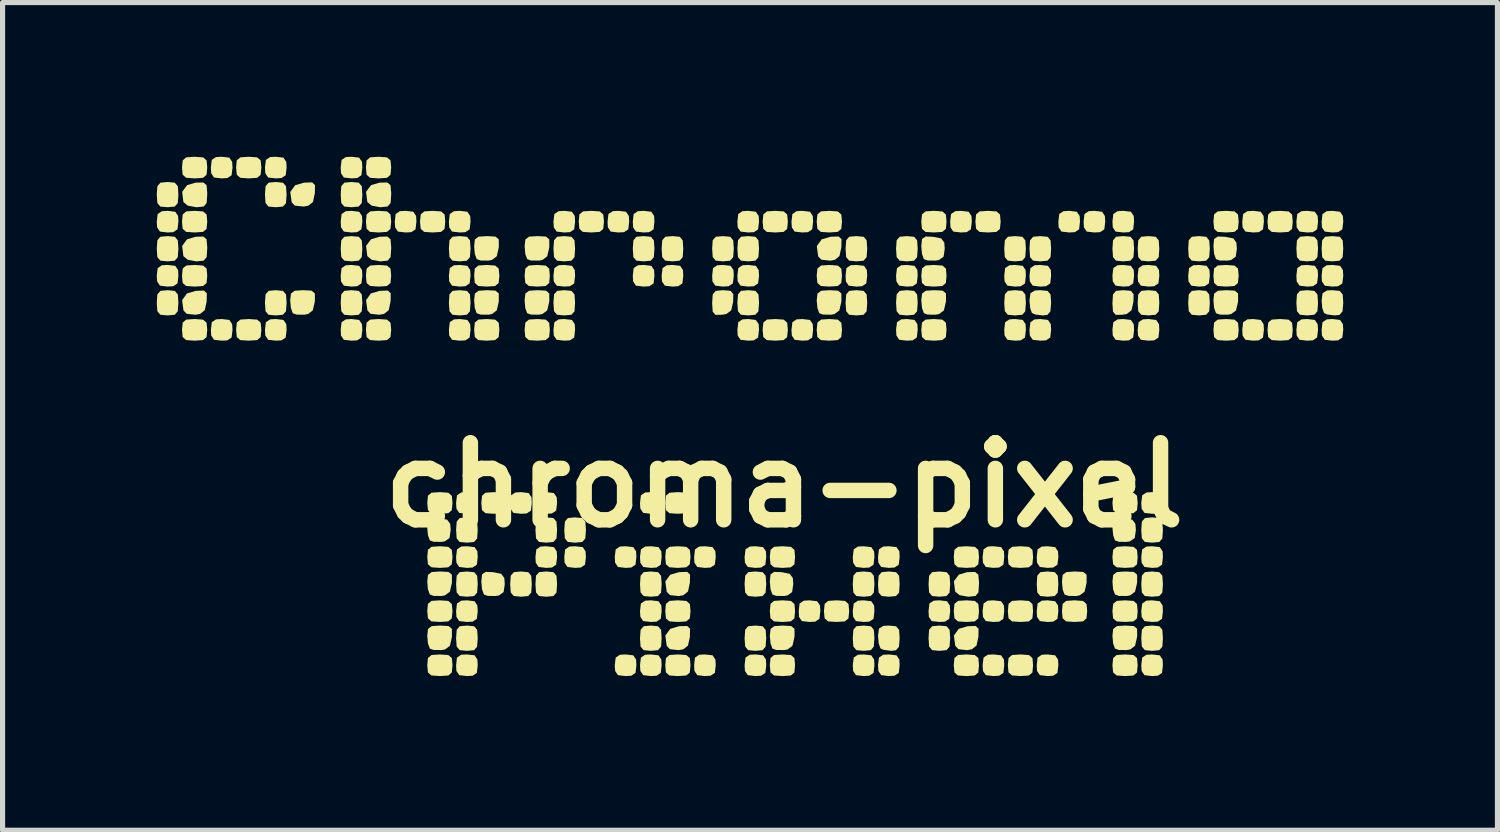
<source format=kicad_pcb>
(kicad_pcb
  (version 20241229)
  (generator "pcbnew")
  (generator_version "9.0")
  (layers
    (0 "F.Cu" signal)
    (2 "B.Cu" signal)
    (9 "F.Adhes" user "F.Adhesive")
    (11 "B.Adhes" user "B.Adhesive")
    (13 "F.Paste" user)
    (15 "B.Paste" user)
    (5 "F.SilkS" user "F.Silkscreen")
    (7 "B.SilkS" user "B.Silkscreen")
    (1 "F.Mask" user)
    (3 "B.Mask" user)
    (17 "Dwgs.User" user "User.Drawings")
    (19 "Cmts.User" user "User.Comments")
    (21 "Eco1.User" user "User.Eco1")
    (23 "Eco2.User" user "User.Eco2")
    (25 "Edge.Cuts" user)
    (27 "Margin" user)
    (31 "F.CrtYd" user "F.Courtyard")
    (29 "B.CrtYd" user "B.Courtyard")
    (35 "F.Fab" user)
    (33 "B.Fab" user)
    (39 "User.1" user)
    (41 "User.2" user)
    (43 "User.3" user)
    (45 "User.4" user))
  (footprint "chroma-pixel"
    (layer "F.Cu")
    (at 12.209 6.385)
    (property "Reference" "chroma-pixel" (at 0 0 0) (layer "F.SilkS") (effects (font (size 1.5 1.5) (thickness 0.3))))
    (attr board_only exclude_from_pos_files exclude_from_bom)
    (fp_poly (pts (xy -11.857 -5.88) (xy -11.799 -5.811) (xy -11.788 -5.648) (xy -11.8 -5.483) (xy -11.859 -5.416) (xy -11.998 -5.403) (xy -12.14 -5.416) (xy -12.198 -5.486) (xy -12.209 -5.648) (xy -12.197 -5.813) (xy -12.138 -5.881) (xy -11.998 -5.894)) (stroke (width 0) (type solid)) (fill yes) (layer "F.SilkS"))
    (fp_poly (pts (xy -11.857 -4.828) (xy -11.799 -4.758) (xy -11.788 -4.596) (xy -11.8 -4.431) (xy -11.859 -4.363) (xy -11.998 -4.35) (xy -12.14 -4.364) (xy -12.198 -4.433) (xy -12.209 -4.596) (xy -12.197 -4.761) (xy -12.138 -4.829) (xy -11.998 -4.841)) (stroke (width 0) (type solid)) (fill yes) (layer "F.SilkS"))
    (fp_poly (pts (xy -11.857 -3.775) (xy -11.799 -3.706) (xy -11.788 -3.543) (xy -11.8 -3.378) (xy -11.859 -3.311) (xy -11.998 -3.298) (xy -12.14 -3.311) (xy -12.198 -3.381) (xy -12.209 -3.543) (xy -12.197 -3.708) (xy -12.138 -3.776) (xy -11.998 -3.789)) (stroke (width 0) (type solid)) (fill yes) (layer "F.SilkS"))
    (fp_poly (pts (xy -11.849 -5.315) (xy -11.794 -5.233) (xy -11.788 -5.122) (xy -11.805 -4.973) (xy -11.887 -4.918) (xy -11.998 -4.912) (xy -12.147 -4.929) (xy -12.202 -5.011) (xy -12.209 -5.122) (xy -12.191 -5.271) (xy -12.109 -5.326) (xy -11.998 -5.333)) (stroke (width 0) (type solid)) (fill yes) (layer "F.SilkS"))
    (fp_poly (pts (xy -11.849 -4.263) (xy -11.794 -4.181) (xy -11.788 -4.07) (xy -11.805 -3.921) (xy -11.887 -3.866) (xy -11.998 -3.859) (xy -12.147 -3.877) (xy -12.202 -3.959) (xy -12.209 -4.07) (xy -12.191 -4.219) (xy -12.109 -4.274) (xy -11.998 -4.28)) (stroke (width 0) (type solid)) (fill yes) (layer "F.SilkS"))
    (fp_poly (pts (xy -11.307 -6.373) (xy -11.239 -6.314) (xy -11.227 -6.175) (xy -11.24 -6.033) (xy -11.31 -5.975) (xy -11.472 -5.964) (xy -11.637 -5.976) (xy -11.705 -6.035) (xy -11.718 -6.175) (xy -11.704 -6.316) (xy -11.635 -6.374) (xy -11.472 -6.385)) (stroke (width 0) (type solid)) (fill yes) (layer "F.SilkS"))
    (fp_poly (pts (xy -11.307 -5.321) (xy -11.239 -5.261) (xy -11.227 -5.122) (xy -11.24 -4.981) (xy -11.31 -4.923) (xy -11.472 -4.912) (xy -11.637 -4.923) (xy -11.705 -4.983) (xy -11.718 -5.122) (xy -11.704 -5.264) (xy -11.635 -5.322) (xy -11.472 -5.333)) (stroke (width 0) (type solid)) (fill yes) (layer "F.SilkS"))
    (fp_poly (pts (xy -11.307 -4.268) (xy -11.239 -4.209) (xy -11.227 -4.07) (xy -11.24 -3.928) (xy -11.31 -3.87) (xy -11.472 -3.859) (xy -11.637 -3.871) (xy -11.705 -3.93) (xy -11.718 -4.07) (xy -11.704 -4.211) (xy -11.635 -4.269) (xy -11.472 -4.28)) (stroke (width 0) (type solid)) (fill yes) (layer "F.SilkS"))
    (fp_poly (pts (xy -11.307 -3.216) (xy -11.239 -3.156) (xy -11.227 -3.017) (xy -11.24 -2.876) (xy -11.31 -2.818) (xy -11.472 -2.807) (xy -11.637 -2.818) (xy -11.705 -2.878) (xy -11.718 -3.017) (xy -11.704 -3.159) (xy -11.635 -3.217) (xy -11.472 -3.228)) (stroke (width 0) (type solid)) (fill yes) (layer "F.SilkS"))
    (fp_poly (pts (xy -11.235 -3.729) (xy -11.238 -3.58) (xy -11.239 -3.566) (xy -11.275 -3.4) (xy -11.364 -3.328) (xy -11.455 -3.311) (xy -11.627 -3.329) (xy -11.689 -3.394) (xy -11.716 -3.595) (xy -11.621 -3.726) (xy -11.449 -3.776) (xy -11.292 -3.782)) (stroke (width 0) (type solid)) (fill yes) (layer "F.SilkS"))
    (fp_poly (pts (xy -10.797 -6.368) (xy -10.742 -6.286) (xy -10.735 -6.175) (xy -10.753 -6.025) (xy -10.835 -5.971) (xy -10.946 -5.964) (xy -11.095 -5.981) (xy -11.15 -6.063) (xy -11.156 -6.175) (xy -11.139 -6.324) (xy -11.057 -6.379) (xy -10.946 -6.385)) (stroke (width 0) (type solid)) (fill yes) (layer "F.SilkS"))
    (fp_poly (pts (xy -10.797 -3.21) (xy -10.742 -3.128) (xy -10.735 -3.017) (xy -10.753 -2.868) (xy -10.835 -2.813) (xy -10.946 -2.807) (xy -11.095 -2.824) (xy -11.15 -2.906) (xy -11.156 -3.017) (xy -11.139 -3.166) (xy -11.057 -3.221) (xy -10.946 -3.228)) (stroke (width 0) (type solid)) (fill yes) (layer "F.SilkS"))
    (fp_poly (pts (xy -10.255 -6.373) (xy -10.187 -6.314) (xy -10.174 -6.175) (xy -10.188 -6.033) (xy -10.257 -5.975) (xy -10.42 -5.964) (xy -10.585 -5.976) (xy -10.652 -6.035) (xy -10.665 -6.175) (xy -10.652 -6.316) (xy -10.582 -6.374) (xy -10.42 -6.385)) (stroke (width 0) (type solid)) (fill yes) (layer "F.SilkS"))
    (fp_poly (pts (xy -10.255 -3.216) (xy -10.187 -3.156) (xy -10.174 -3.017) (xy -10.188 -2.876) (xy -10.257 -2.818) (xy -10.42 -2.807) (xy -10.585 -2.818) (xy -10.652 -2.878) (xy -10.665 -3.017) (xy -10.652 -3.159) (xy -10.582 -3.217) (xy -10.42 -3.228)) (stroke (width 0) (type solid)) (fill yes) (layer "F.SilkS"))
    (fp_poly (pts (xy -9.752 -5.88) (xy -9.694 -5.811) (xy -9.683 -5.648) (xy -9.695 -5.483) (xy -9.754 -5.416) (xy -9.893 -5.403) (xy -10.035 -5.416) (xy -10.093 -5.486) (xy -10.104 -5.648) (xy -10.092 -5.813) (xy -10.033 -5.881) (xy -9.893 -5.894)) (stroke (width 0) (type solid)) (fill yes) (layer "F.SilkS"))
    (fp_poly (pts (xy -9.752 -3.775) (xy -9.694 -3.706) (xy -9.683 -3.543) (xy -9.695 -3.378) (xy -9.754 -3.311) (xy -9.893 -3.298) (xy -10.035 -3.311) (xy -10.093 -3.381) (xy -10.104 -3.543) (xy -10.092 -3.708) (xy -10.033 -3.776) (xy -9.893 -3.789)) (stroke (width 0) (type solid)) (fill yes) (layer "F.SilkS"))
    (fp_poly (pts (xy -9.744 -6.368) (xy -9.689 -6.286) (xy -9.683 -6.175) (xy -9.7 -6.025) (xy -9.782 -5.971) (xy -9.893 -5.964) (xy -10.042 -5.981) (xy -10.097 -6.063) (xy -10.104 -6.175) (xy -10.086 -6.324) (xy -10.004 -6.379) (xy -9.893 -6.385)) (stroke (width 0) (type solid)) (fill yes) (layer "F.SilkS"))
    (fp_poly (pts (xy -9.744 -3.21) (xy -9.689 -3.128) (xy -9.683 -3.017) (xy -9.7 -2.868) (xy -9.782 -2.813) (xy -9.893 -2.807) (xy -10.042 -2.824) (xy -10.097 -2.906) (xy -10.104 -3.017) (xy -10.086 -3.166) (xy -10.004 -3.221) (xy -9.893 -3.228)) (stroke (width 0) (type solid)) (fill yes) (layer "F.SilkS"))
    (fp_poly (pts (xy -9.13 -5.834) (xy -9.133 -5.685) (xy -9.134 -5.671) (xy -9.17 -5.505) (xy -9.259 -5.433) (xy -9.35 -5.416) (xy -9.522 -5.434) (xy -9.584 -5.499) (xy -9.611 -5.7) (xy -9.516 -5.831) (xy -9.344 -5.881) (xy -9.187 -5.887)) (stroke (width 0) (type solid)) (fill yes) (layer "F.SilkS"))
    (fp_poly (pts (xy -8.278 -5.88) (xy -8.22 -5.811) (xy -8.209 -5.648) (xy -8.221 -5.483) (xy -8.281 -5.416) (xy -8.42 -5.403) (xy -8.561 -5.416) (xy -8.619 -5.486) (xy -8.63 -5.648) (xy -8.619 -5.813) (xy -8.559 -5.881) (xy -8.42 -5.894)) (stroke (width 0) (type solid)) (fill yes) (layer "F.SilkS"))
    (fp_poly (pts (xy -8.278 -4.828) (xy -8.22 -4.758) (xy -8.209 -4.596) (xy -8.221 -4.431) (xy -8.281 -4.363) (xy -8.42 -4.35) (xy -8.561 -4.364) (xy -8.619 -4.433) (xy -8.63 -4.596) (xy -8.619 -4.761) (xy -8.559 -4.829) (xy -8.42 -4.841)) (stroke (width 0) (type solid)) (fill yes) (layer "F.SilkS"))
    (fp_poly (pts (xy -8.278 -3.775) (xy -8.22 -3.706) (xy -8.209 -3.543) (xy -8.221 -3.378) (xy -8.281 -3.311) (xy -8.42 -3.298) (xy -8.561 -3.311) (xy -8.619 -3.381) (xy -8.63 -3.543) (xy -8.619 -3.708) (xy -8.559 -3.776) (xy -8.42 -3.789)) (stroke (width 0) (type solid)) (fill yes) (layer "F.SilkS"))
    (fp_poly (pts (xy -8.271 -6.368) (xy -8.216 -6.286) (xy -8.209 -6.175) (xy -8.227 -6.025) (xy -8.309 -5.971) (xy -8.42 -5.964) (xy -8.569 -5.981) (xy -8.624 -6.063) (xy -8.63 -6.175) (xy -8.613 -6.324) (xy -8.531 -6.379) (xy -8.42 -6.385)) (stroke (width 0) (type solid)) (fill yes) (layer "F.SilkS"))
    (fp_poly (pts (xy -8.271 -5.315) (xy -8.216 -5.233) (xy -8.209 -5.122) (xy -8.227 -4.973) (xy -8.309 -4.918) (xy -8.42 -4.912) (xy -8.569 -4.929) (xy -8.624 -5.011) (xy -8.63 -5.122) (xy -8.613 -5.271) (xy -8.531 -5.326) (xy -8.42 -5.333)) (stroke (width 0) (type solid)) (fill yes) (layer "F.SilkS"))
    (fp_poly (pts (xy -8.271 -4.263) (xy -8.216 -4.181) (xy -8.209 -4.07) (xy -8.227 -3.921) (xy -8.309 -3.866) (xy -8.42 -3.859) (xy -8.569 -3.877) (xy -8.624 -3.959) (xy -8.63 -4.07) (xy -8.613 -4.219) (xy -8.531 -4.274) (xy -8.42 -4.28)) (stroke (width 0) (type solid)) (fill yes) (layer "F.SilkS"))
    (fp_poly (pts (xy -8.271 -3.21) (xy -8.216 -3.128) (xy -8.209 -3.017) (xy -8.227 -2.868) (xy -8.309 -2.813) (xy -8.42 -2.807) (xy -8.569 -2.824) (xy -8.624 -2.906) (xy -8.63 -3.017) (xy -8.613 -3.166) (xy -8.531 -3.221) (xy -8.42 -3.228)) (stroke (width 0) (type solid)) (fill yes) (layer "F.SilkS"))
    (fp_poly (pts (xy -7.729 -6.373) (xy -7.661 -6.314) (xy -7.648 -6.175) (xy -7.662 -6.033) (xy -7.731 -5.975) (xy -7.894 -5.964) (xy -8.059 -5.976) (xy -8.126 -6.035) (xy -8.139 -6.175) (xy -8.126 -6.316) (xy -8.056 -6.374) (xy -7.894 -6.385)) (stroke (width 0) (type solid)) (fill yes) (layer "F.SilkS"))
    (fp_poly (pts (xy -7.729 -5.321) (xy -7.661 -5.261) (xy -7.648 -5.122) (xy -7.662 -4.981) (xy -7.731 -4.923) (xy -7.894 -4.912) (xy -8.059 -4.923) (xy -8.126 -4.983) (xy -8.139 -5.122) (xy -8.126 -5.264) (xy -8.056 -5.322) (xy -7.894 -5.333)) (stroke (width 0) (type solid)) (fill yes) (layer "F.SilkS"))
    (fp_poly (pts (xy -7.729 -4.268) (xy -7.661 -4.209) (xy -7.648 -4.07) (xy -7.662 -3.928) (xy -7.731 -3.87) (xy -7.894 -3.859) (xy -8.059 -3.871) (xy -8.126 -3.93) (xy -8.139 -4.07) (xy -8.126 -4.211) (xy -8.056 -4.269) (xy -7.894 -4.28)) (stroke (width 0) (type solid)) (fill yes) (layer "F.SilkS"))
    (fp_poly (pts (xy -7.729 -3.216) (xy -7.661 -3.156) (xy -7.648 -3.017) (xy -7.662 -2.876) (xy -7.731 -2.818) (xy -7.894 -2.807) (xy -8.059 -2.818) (xy -8.126 -2.878) (xy -8.139 -3.017) (xy -8.126 -3.159) (xy -8.056 -3.217) (xy -7.894 -3.228)) (stroke (width 0) (type solid)) (fill yes) (layer "F.SilkS"))
    (fp_poly (pts (xy -7.657 -3.729) (xy -7.659 -3.58) (xy -7.661 -3.566) (xy -7.696 -3.4) (xy -7.786 -3.328) (xy -7.877 -3.311) (xy -8.048 -3.329) (xy -8.11 -3.394) (xy -8.137 -3.595) (xy -8.043 -3.726) (xy -7.871 -3.776) (xy -7.714 -3.782)) (stroke (width 0) (type solid)) (fill yes) (layer "F.SilkS"))
    (fp_poly (pts (xy -7.218 -5.315) (xy -7.163 -5.233) (xy -7.157 -5.122) (xy -7.174 -4.973) (xy -7.256 -4.918) (xy -7.367 -4.912) (xy -7.516 -4.929) (xy -7.571 -5.011) (xy -7.578 -5.122) (xy -7.561 -5.271) (xy -7.479 -5.326) (xy -7.367 -5.333)) (stroke (width 0) (type solid)) (fill yes) (layer "F.SilkS"))
    (fp_poly (pts (xy -6.676 -5.321) (xy -6.608 -5.261) (xy -6.596 -5.122) (xy -6.609 -4.981) (xy -6.679 -4.923) (xy -6.841 -4.912) (xy -7.006 -4.923) (xy -7.074 -4.983) (xy -7.087 -5.122) (xy -7.073 -5.264) (xy -7.004 -5.322) (xy -6.841 -5.333)) (stroke (width 0) (type solid)) (fill yes) (layer "F.SilkS"))
    (fp_poly (pts (xy -6.536 0.152) (xy -6.468 0.212) (xy -6.455 0.351) (xy -6.469 0.492) (xy -6.538 0.55) (xy -6.701 0.561) (xy -6.866 0.55) (xy -6.933 0.49) (xy -6.946 0.351) (xy -6.933 0.209) (xy -6.863 0.151) (xy -6.701 0.14)) (stroke (width 0) (type solid)) (fill yes) (layer "F.SilkS"))
    (fp_poly (pts (xy -6.536 1.205) (xy -6.468 1.264) (xy -6.455 1.403) (xy -6.469 1.545) (xy -6.538 1.603) (xy -6.701 1.614) (xy -6.866 1.602) (xy -6.933 1.543) (xy -6.946 1.403) (xy -6.933 1.262) (xy -6.863 1.204) (xy -6.701 1.193)) (stroke (width 0) (type solid)) (fill yes) (layer "F.SilkS"))
    (fp_poly (pts (xy -6.536 2.257) (xy -6.468 2.317) (xy -6.455 2.456) (xy -6.469 2.597) (xy -6.538 2.655) (xy -6.701 2.666) (xy -6.866 2.655) (xy -6.933 2.595) (xy -6.946 2.456) (xy -6.933 2.314) (xy -6.863 2.256) (xy -6.701 2.245)) (stroke (width 0) (type solid)) (fill yes) (layer "F.SilkS"))
    (fp_poly (pts (xy -6.536 3.31) (xy -6.468 3.369) (xy -6.455 3.508) (xy -6.469 3.65) (xy -6.538 3.708) (xy -6.701 3.719) (xy -6.866 3.707) (xy -6.933 3.648) (xy -6.946 3.508) (xy -6.933 3.367) (xy -6.863 3.309) (xy -6.701 3.298)) (stroke (width 0) (type solid)) (fill yes) (layer "F.SilkS"))
    (fp_poly (pts (xy -6.173 -4.828) (xy -6.115 -4.758) (xy -6.104 -4.596) (xy -6.116 -4.431) (xy -6.176 -4.363) (xy -6.315 -4.35) (xy -6.456 -4.364) (xy -6.514 -4.433) (xy -6.525 -4.596) (xy -6.514 -4.761) (xy -6.454 -4.829) (xy -6.315 -4.841)) (stroke (width 0) (type solid)) (fill yes) (layer "F.SilkS"))
    (fp_poly (pts (xy -6.173 -3.775) (xy -6.115 -3.706) (xy -6.104 -3.543) (xy -6.116 -3.378) (xy -6.176 -3.311) (xy -6.315 -3.298) (xy -6.456 -3.311) (xy -6.514 -3.381) (xy -6.525 -3.543) (xy -6.514 -3.708) (xy -6.454 -3.776) (xy -6.315 -3.789)) (stroke (width 0) (type solid)) (fill yes) (layer "F.SilkS"))
    (fp_poly (pts (xy -6.166 -5.315) (xy -6.111 -5.233) (xy -6.104 -5.122) (xy -6.122 -4.973) (xy -6.204 -4.918) (xy -6.315 -4.912) (xy -6.464 -4.929) (xy -6.519 -5.011) (xy -6.525 -5.122) (xy -6.508 -5.271) (xy -6.426 -5.326) (xy -6.315 -5.333)) (stroke (width 0) (type solid)) (fill yes) (layer "F.SilkS"))
    (fp_poly (pts (xy -6.166 -4.263) (xy -6.111 -4.181) (xy -6.104 -4.07) (xy -6.122 -3.921) (xy -6.204 -3.866) (xy -6.315 -3.859) (xy -6.464 -3.877) (xy -6.519 -3.959) (xy -6.525 -4.07) (xy -6.508 -4.219) (xy -6.426 -4.274) (xy -6.315 -4.28)) (stroke (width 0) (type solid)) (fill yes) (layer "F.SilkS"))
    (fp_poly (pts (xy -6.166 -3.21) (xy -6.111 -3.128) (xy -6.104 -3.017) (xy -6.122 -2.868) (xy -6.204 -2.813) (xy -6.315 -2.807) (xy -6.464 -2.824) (xy -6.519 -2.906) (xy -6.525 -3.017) (xy -6.508 -3.166) (xy -6.426 -3.221) (xy -6.315 -3.228)) (stroke (width 0) (type solid)) (fill yes) (layer "F.SilkS"))
    (fp_poly (pts (xy -6.033 0.645) (xy -5.975 0.715) (xy -5.964 0.877) (xy -5.976 1.042) (xy -6.035 1.11) (xy -6.175 1.123) (xy -6.316 1.109) (xy -6.374 1.04) (xy -6.385 0.877) (xy -6.373 0.712) (xy -6.314 0.644) (xy -6.175 0.631)) (stroke (width 0) (type solid)) (fill yes) (layer "F.SilkS"))
    (fp_poly (pts (xy -6.033 1.698) (xy -5.975 1.767) (xy -5.964 1.93) (xy -5.976 2.095) (xy -6.035 2.162) (xy -6.175 2.175) (xy -6.316 2.161) (xy -6.374 2.092) (xy -6.385 1.93) (xy -6.373 1.765) (xy -6.314 1.697) (xy -6.175 1.684)) (stroke (width 0) (type solid)) (fill yes) (layer "F.SilkS"))
    (fp_poly (pts (xy -6.033 2.75) (xy -5.975 2.82) (xy -5.964 2.982) (xy -5.976 3.147) (xy -6.035 3.215) (xy -6.175 3.228) (xy -6.316 3.214) (xy -6.374 3.144) (xy -6.385 2.982) (xy -6.373 2.817) (xy -6.314 2.749) (xy -6.175 2.736)) (stroke (width 0) (type solid)) (fill yes) (layer "F.SilkS"))
    (fp_poly (pts (xy -6.025 0.158) (xy -5.971 0.24) (xy -5.964 0.351) (xy -5.981 0.5) (xy -6.063 0.555) (xy -6.175 0.561) (xy -6.324 0.544) (xy -6.379 0.462) (xy -6.385 0.351) (xy -6.368 0.202) (xy -6.286 0.147) (xy -6.175 0.14)) (stroke (width 0) (type solid)) (fill yes) (layer "F.SilkS"))
    (fp_poly (pts (xy -6.025 1.21) (xy -5.971 1.292) (xy -5.964 1.403) (xy -5.981 1.552) (xy -6.063 1.607) (xy -6.175 1.614) (xy -6.324 1.596) (xy -6.379 1.514) (xy -6.385 1.403) (xy -6.368 1.254) (xy -6.286 1.199) (xy -6.175 1.193)) (stroke (width 0) (type solid)) (fill yes) (layer "F.SilkS"))
    (fp_poly (pts (xy -6.025 2.263) (xy -5.971 2.345) (xy -5.964 2.456) (xy -5.981 2.605) (xy -6.063 2.66) (xy -6.175 2.666) (xy -6.324 2.649) (xy -6.379 2.567) (xy -6.385 2.456) (xy -6.368 2.307) (xy -6.286 2.252) (xy -6.175 2.245)) (stroke (width 0) (type solid)) (fill yes) (layer "F.SilkS"))
    (fp_poly (pts (xy -6.025 3.315) (xy -5.971 3.397) (xy -5.964 3.508) (xy -5.981 3.657) (xy -6.063 3.712) (xy -6.175 3.719) (xy -6.324 3.701) (xy -6.379 3.619) (xy -6.385 3.508) (xy -6.368 3.359) (xy -6.286 3.304) (xy -6.175 3.298)) (stroke (width 0) (type solid)) (fill yes) (layer "F.SilkS"))
    (fp_poly (pts (xy -5.624 -4.268) (xy -5.556 -4.209) (xy -5.543 -4.07) (xy -5.557 -3.928) (xy -5.626 -3.87) (xy -5.789 -3.859) (xy -5.954 -3.871) (xy -6.021 -3.93) (xy -6.034 -4.07) (xy -6.021 -4.211) (xy -5.951 -4.269) (xy -5.789 -4.28)) (stroke (width 0) (type solid)) (fill yes) (layer "F.SilkS"))
    (fp_poly (pts (xy -5.624 -3.216) (xy -5.556 -3.156) (xy -5.543 -3.017) (xy -5.557 -2.876) (xy -5.626 -2.818) (xy -5.789 -2.807) (xy -5.954 -2.818) (xy -6.021 -2.878) (xy -6.034 -3.017) (xy -6.021 -3.159) (xy -5.951 -3.217) (xy -5.789 -3.228)) (stroke (width 0) (type solid)) (fill yes) (layer "F.SilkS"))
    (fp_poly (pts (xy -5.483 0.152) (xy -5.416 0.212) (xy -5.403 0.351) (xy -5.416 0.492) (xy -5.486 0.55) (xy -5.648 0.561) (xy -5.813 0.55) (xy -5.881 0.49) (xy -5.894 0.351) (xy -5.88 0.209) (xy -5.811 0.151) (xy -5.648 0.14)) (stroke (width 0) (type solid)) (fill yes) (layer "F.SilkS"))
    (fp_poly (pts (xy -4.981 1.698) (xy -4.923 1.767) (xy -4.912 1.93) (xy -4.923 2.095) (xy -4.983 2.162) (xy -5.122 2.175) (xy -5.264 2.161) (xy -5.322 2.092) (xy -5.333 1.93) (xy -5.321 1.765) (xy -5.261 1.697) (xy -5.122 1.684)) (stroke (width 0) (type solid)) (fill yes) (layer "F.SilkS"))
    (fp_poly (pts (xy -4.973 0.158) (xy -4.918 0.24) (xy -4.912 0.351) (xy -4.929 0.5) (xy -5.011 0.555) (xy -5.122 0.561) (xy -5.271 0.544) (xy -5.326 0.462) (xy -5.333 0.351) (xy -5.315 0.202) (xy -5.233 0.147) (xy -5.122 0.14)) (stroke (width 0) (type solid)) (fill yes) (layer "F.SilkS"))
    (fp_poly (pts (xy -4.641 -4.268) (xy -4.574 -4.209) (xy -4.561 -4.07) (xy -4.574 -3.928) (xy -4.644 -3.87) (xy -4.806 -3.859) (xy -4.971 -3.871) (xy -5.039 -3.93) (xy -5.052 -4.07) (xy -5.038 -4.211) (xy -4.969 -4.269) (xy -4.806 -4.28)) (stroke (width 0) (type solid)) (fill yes) (layer "F.SilkS"))
    (fp_poly (pts (xy -4.641 -3.216) (xy -4.574 -3.156) (xy -4.561 -3.017) (xy -4.574 -2.876) (xy -4.644 -2.818) (xy -4.806 -2.807) (xy -4.971 -2.818) (xy -5.039 -2.878) (xy -5.052 -3.017) (xy -5.038 -3.159) (xy -4.969 -3.217) (xy -4.806 -3.228)) (stroke (width 0) (type solid)) (fill yes) (layer "F.SilkS"))
    (fp_poly (pts (xy -4.49 0.645) (xy -4.432 0.715) (xy -4.42 0.877) (xy -4.432 1.042) (xy -4.492 1.11) (xy -4.631 1.123) (xy -4.772 1.109) (xy -4.83 1.04) (xy -4.841 0.877) (xy -4.83 0.712) (xy -4.77 0.644) (xy -4.631 0.631)) (stroke (width 0) (type solid)) (fill yes) (layer "F.SilkS"))
    (fp_poly (pts (xy -4.49 1.698) (xy -4.432 1.767) (xy -4.42 1.93) (xy -4.432 2.095) (xy -4.492 2.162) (xy -4.631 2.175) (xy -4.772 2.161) (xy -4.83 2.092) (xy -4.841 1.93) (xy -4.83 1.765) (xy -4.77 1.697) (xy -4.631 1.684)) (stroke (width 0) (type solid)) (fill yes) (layer "F.SilkS"))
    (fp_poly (pts (xy -4.482 0.158) (xy -4.427 0.24) (xy -4.42 0.351) (xy -4.438 0.5) (xy -4.52 0.555) (xy -4.631 0.561) (xy -4.78 0.544) (xy -4.835 0.462) (xy -4.841 0.351) (xy -4.824 0.202) (xy -4.742 0.147) (xy -4.631 0.14)) (stroke (width 0) (type solid)) (fill yes) (layer "F.SilkS"))
    (fp_poly (pts (xy -4.482 1.21) (xy -4.427 1.292) (xy -4.42 1.403) (xy -4.438 1.552) (xy -4.52 1.607) (xy -4.631 1.614) (xy -4.78 1.596) (xy -4.835 1.514) (xy -4.841 1.403) (xy -4.824 1.254) (xy -4.742 1.199) (xy -4.631 1.193)) (stroke (width 0) (type solid)) (fill yes) (layer "F.SilkS"))
    (fp_poly (pts (xy -4.139 -4.828) (xy -4.081 -4.758) (xy -4.07 -4.596) (xy -4.081 -4.431) (xy -4.141 -4.363) (xy -4.28 -4.35) (xy -4.422 -4.364) (xy -4.48 -4.433) (xy -4.491 -4.596) (xy -4.479 -4.761) (xy -4.419 -4.829) (xy -4.28 -4.841)) (stroke (width 0) (type solid)) (fill yes) (layer "F.SilkS"))
    (fp_poly (pts (xy -4.139 -3.775) (xy -4.081 -3.706) (xy -4.07 -3.543) (xy -4.081 -3.378) (xy -4.141 -3.311) (xy -4.28 -3.298) (xy -4.422 -3.311) (xy -4.48 -3.381) (xy -4.491 -3.543) (xy -4.479 -3.708) (xy -4.419 -3.776) (xy -4.28 -3.789)) (stroke (width 0) (type solid)) (fill yes) (layer "F.SilkS"))
    (fp_poly (pts (xy -4.131 -5.315) (xy -4.076 -5.233) (xy -4.07 -5.122) (xy -4.087 -4.973) (xy -4.169 -4.918) (xy -4.28 -4.912) (xy -4.429 -4.929) (xy -4.484 -5.011) (xy -4.491 -5.122) (xy -4.473 -5.271) (xy -4.391 -5.326) (xy -4.28 -5.333)) (stroke (width 0) (type solid)) (fill yes) (layer "F.SilkS"))
    (fp_poly (pts (xy -4.131 -4.263) (xy -4.076 -4.181) (xy -4.07 -4.07) (xy -4.087 -3.921) (xy -4.169 -3.866) (xy -4.28 -3.859) (xy -4.429 -3.877) (xy -4.484 -3.959) (xy -4.491 -4.07) (xy -4.473 -4.219) (xy -4.391 -4.274) (xy -4.28 -4.28)) (stroke (width 0) (type solid)) (fill yes) (layer "F.SilkS"))
    (fp_poly (pts (xy -4.131 -3.21) (xy -4.076 -3.128) (xy -4.07 -3.017) (xy -4.087 -2.868) (xy -4.169 -2.813) (xy -4.28 -2.807) (xy -4.429 -2.824) (xy -4.484 -2.906) (xy -4.491 -3.017) (xy -4.473 -3.166) (xy -4.391 -3.221) (xy -4.28 -3.228)) (stroke (width 0) (type solid)) (fill yes) (layer "F.SilkS"))
    (fp_poly (pts (xy -3.928 0.645) (xy -3.87 0.715) (xy -3.859 0.877) (xy -3.871 1.042) (xy -3.93 1.11) (xy -4.07 1.123) (xy -4.211 1.109) (xy -4.269 1.04) (xy -4.28 0.877) (xy -4.268 0.712) (xy -4.209 0.644) (xy -4.07 0.631)) (stroke (width 0) (type solid)) (fill yes) (layer "F.SilkS"))
    (fp_poly (pts (xy -3.921 1.21) (xy -3.866 1.292) (xy -3.859 1.403) (xy -3.877 1.552) (xy -3.959 1.607) (xy -4.07 1.614) (xy -4.219 1.596) (xy -4.274 1.514) (xy -4.28 1.403) (xy -4.263 1.254) (xy -4.181 1.199) (xy -4.07 1.193)) (stroke (width 0) (type solid)) (fill yes) (layer "F.SilkS"))
    (fp_poly (pts (xy -3.589 -5.321) (xy -3.521 -5.261) (xy -3.508 -5.122) (xy -3.522 -4.981) (xy -3.591 -4.923) (xy -3.754 -4.912) (xy -3.919 -4.923) (xy -3.987 -4.983) (xy -3.999 -5.122) (xy -3.986 -5.264) (xy -3.916 -5.322) (xy -3.754 -5.333)) (stroke (width 0) (type solid)) (fill yes) (layer "F.SilkS"))
    (fp_poly (pts (xy -3.079 -5.315) (xy -3.024 -5.233) (xy -3.017 -5.122) (xy -3.035 -4.973) (xy -3.117 -4.918) (xy -3.228 -4.912) (xy -3.377 -4.929) (xy -3.432 -5.011) (xy -3.438 -5.122) (xy -3.421 -5.271) (xy -3.339 -5.326) (xy -3.228 -5.333)) (stroke (width 0) (type solid)) (fill yes) (layer "F.SilkS"))
    (fp_poly (pts (xy -2.938 1.21) (xy -2.883 1.292) (xy -2.877 1.403) (xy -2.894 1.552) (xy -2.976 1.607) (xy -3.087 1.614) (xy -3.236 1.596) (xy -3.291 1.514) (xy -3.298 1.403) (xy -3.28 1.254) (xy -3.198 1.199) (xy -3.087 1.193)) (stroke (width 0) (type solid)) (fill yes) (layer "F.SilkS"))
    (fp_poly (pts (xy -2.938 3.315) (xy -2.883 3.397) (xy -2.877 3.508) (xy -2.894 3.657) (xy -2.976 3.712) (xy -3.087 3.719) (xy -3.236 3.701) (xy -3.291 3.619) (xy -3.298 3.508) (xy -3.28 3.359) (xy -3.198 3.304) (xy -3.087 3.298)) (stroke (width 0) (type solid)) (fill yes) (layer "F.SilkS"))
    (fp_poly (pts (xy -2.595 -4.828) (xy -2.537 -4.758) (xy -2.526 -4.596) (xy -2.538 -4.431) (xy -2.597 -4.363) (xy -2.736 -4.35) (xy -2.878 -4.364) (xy -2.936 -4.433) (xy -2.947 -4.596) (xy -2.935 -4.761) (xy -2.876 -4.829) (xy -2.736 -4.841)) (stroke (width 0) (type solid)) (fill yes) (layer "F.SilkS"))
    (fp_poly (pts (xy -2.587 -5.315) (xy -2.532 -5.233) (xy -2.526 -5.122) (xy -2.543 -4.973) (xy -2.625 -4.918) (xy -2.736 -4.912) (xy -2.886 -4.929) (xy -2.941 -5.011) (xy -2.947 -5.122) (xy -2.93 -5.271) (xy -2.848 -5.326) (xy -2.736 -5.333)) (stroke (width 0) (type solid)) (fill yes) (layer "F.SilkS"))
    (fp_poly (pts (xy -2.587 -4.263) (xy -2.532 -4.181) (xy -2.526 -4.07) (xy -2.543 -3.921) (xy -2.625 -3.866) (xy -2.736 -3.859) (xy -2.886 -3.877) (xy -2.941 -3.959) (xy -2.947 -4.07) (xy -2.93 -4.219) (xy -2.848 -4.274) (xy -2.736 -4.28)) (stroke (width 0) (type solid)) (fill yes) (layer "F.SilkS"))
    (fp_poly (pts (xy -2.455 1.698) (xy -2.397 1.767) (xy -2.386 1.93) (xy -2.397 2.095) (xy -2.457 2.162) (xy -2.596 2.175) (xy -2.738 2.161) (xy -2.796 2.092) (xy -2.807 1.93) (xy -2.795 1.765) (xy -2.735 1.697) (xy -2.596 1.684)) (stroke (width 0) (type solid)) (fill yes) (layer "F.SilkS"))
    (fp_poly (pts (xy -2.455 2.75) (xy -2.397 2.82) (xy -2.386 2.982) (xy -2.397 3.147) (xy -2.457 3.215) (xy -2.596 3.228) (xy -2.738 3.214) (xy -2.796 3.144) (xy -2.807 2.982) (xy -2.795 2.817) (xy -2.735 2.749) (xy -2.596 2.736)) (stroke (width 0) (type solid)) (fill yes) (layer "F.SilkS"))
    (fp_poly (pts (xy -2.447 0.158) (xy -2.392 0.24) (xy -2.386 0.351) (xy -2.403 0.5) (xy -2.485 0.555) (xy -2.596 0.561) (xy -2.745 0.544) (xy -2.8 0.462) (xy -2.807 0.351) (xy -2.789 0.202) (xy -2.707 0.147) (xy -2.596 0.14)) (stroke (width 0) (type solid)) (fill yes) (layer "F.SilkS"))
    (fp_poly (pts (xy -2.447 1.21) (xy -2.392 1.292) (xy -2.386 1.403) (xy -2.403 1.552) (xy -2.485 1.607) (xy -2.596 1.614) (xy -2.745 1.596) (xy -2.8 1.514) (xy -2.807 1.403) (xy -2.789 1.254) (xy -2.707 1.199) (xy -2.596 1.193)) (stroke (width 0) (type solid)) (fill yes) (layer "F.SilkS"))
    (fp_poly (pts (xy -2.447 2.263) (xy -2.392 2.345) (xy -2.386 2.456) (xy -2.403 2.605) (xy -2.485 2.66) (xy -2.596 2.666) (xy -2.745 2.649) (xy -2.8 2.567) (xy -2.807 2.456) (xy -2.789 2.307) (xy -2.707 2.252) (xy -2.596 2.245)) (stroke (width 0) (type solid)) (fill yes) (layer "F.SilkS"))
    (fp_poly (pts (xy -2.447 3.315) (xy -2.392 3.397) (xy -2.386 3.508) (xy -2.403 3.657) (xy -2.485 3.712) (xy -2.596 3.719) (xy -2.745 3.701) (xy -2.8 3.619) (xy -2.807 3.508) (xy -2.789 3.359) (xy -2.707 3.304) (xy -2.596 3.298)) (stroke (width 0) (type solid)) (fill yes) (layer "F.SilkS"))
    (fp_poly (pts (xy -2.034 -4.828) (xy -1.976 -4.758) (xy -1.965 -4.596) (xy -1.976 -4.431) (xy -2.036 -4.363) (xy -2.175 -4.35) (xy -2.317 -4.364) (xy -2.375 -4.433) (xy -2.386 -4.596) (xy -2.374 -4.761) (xy -2.314 -4.829) (xy -2.175 -4.841)) (stroke (width 0) (type solid)) (fill yes) (layer "F.SilkS"))
    (fp_poly (pts (xy -2.026 -4.263) (xy -1.971 -4.181) (xy -1.965 -4.07) (xy -1.982 -3.921) (xy -2.064 -3.866) (xy -2.175 -3.859) (xy -2.324 -3.877) (xy -2.379 -3.959) (xy -2.386 -4.07) (xy -2.368 -4.219) (xy -2.286 -4.274) (xy -2.175 -4.28)) (stroke (width 0) (type solid)) (fill yes) (layer "F.SilkS"))
    (fp_poly (pts (xy -1.905 0.152) (xy -1.837 0.212) (xy -1.824 0.351) (xy -1.838 0.492) (xy -1.907 0.55) (xy -2.07 0.561) (xy -2.235 0.55) (xy -2.303 0.49) (xy -2.315 0.351) (xy -2.302 0.209) (xy -2.232 0.151) (xy -2.07 0.14)) (stroke (width 0) (type solid)) (fill yes) (layer "F.SilkS"))
    (fp_poly (pts (xy -1.905 1.205) (xy -1.837 1.264) (xy -1.824 1.403) (xy -1.838 1.545) (xy -1.907 1.603) (xy -2.07 1.614) (xy -2.235 1.602) (xy -2.303 1.543) (xy -2.315 1.403) (xy -2.302 1.262) (xy -2.232 1.204) (xy -2.07 1.193)) (stroke (width 0) (type solid)) (fill yes) (layer "F.SilkS"))
    (fp_poly (pts (xy -1.905 2.257) (xy -1.837 2.317) (xy -1.824 2.456) (xy -1.838 2.597) (xy -1.907 2.655) (xy -2.07 2.666) (xy -2.235 2.655) (xy -2.303 2.595) (xy -2.315 2.456) (xy -2.302 2.314) (xy -2.232 2.256) (xy -2.07 2.245)) (stroke (width 0) (type solid)) (fill yes) (layer "F.SilkS"))
    (fp_poly (pts (xy -1.905 3.31) (xy -1.837 3.369) (xy -1.824 3.508) (xy -1.838 3.65) (xy -1.907 3.708) (xy -2.07 3.719) (xy -2.235 3.707) (xy -2.303 3.648) (xy -2.315 3.508) (xy -2.302 3.367) (xy -2.232 3.309) (xy -2.07 3.298)) (stroke (width 0) (type solid)) (fill yes) (layer "F.SilkS"))
    (fp_poly (pts (xy -1.833 1.744) (xy -1.836 1.893) (xy -1.837 1.907) (xy -1.873 2.073) (xy -1.962 2.145) (xy -2.053 2.162) (xy -2.224 2.144) (xy -2.287 2.079) (xy -2.314 1.878) (xy -2.219 1.747) (xy -2.047 1.697) (xy -1.89 1.691)) (stroke (width 0) (type solid)) (fill yes) (layer "F.SilkS"))
    (fp_poly (pts (xy -1.833 2.796) (xy -1.836 2.946) (xy -1.837 2.96) (xy -1.873 3.125) (xy -1.962 3.197) (xy -2.053 3.215) (xy -2.224 3.196) (xy -2.287 3.131) (xy -2.314 2.931) (xy -2.219 2.8) (xy -2.047 2.749) (xy -1.89 2.744)) (stroke (width 0) (type solid)) (fill yes) (layer "F.SilkS"))
    (fp_poly (pts (xy -1.395 1.21) (xy -1.34 1.292) (xy -1.333 1.403) (xy -1.351 1.552) (xy -1.433 1.607) (xy -1.544 1.614) (xy -1.693 1.596) (xy -1.748 1.514) (xy -1.754 1.403) (xy -1.737 1.254) (xy -1.655 1.199) (xy -1.544 1.193)) (stroke (width 0) (type solid)) (fill yes) (layer "F.SilkS"))
    (fp_poly (pts (xy -1.395 3.315) (xy -1.34 3.397) (xy -1.333 3.508) (xy -1.351 3.657) (xy -1.433 3.712) (xy -1.544 3.719) (xy -1.693 3.701) (xy -1.748 3.619) (xy -1.754 3.508) (xy -1.737 3.359) (xy -1.655 3.304) (xy -1.544 3.298)) (stroke (width 0) (type solid)) (fill yes) (layer "F.SilkS"))
    (fp_poly (pts (xy -1.051 -4.828) (xy -0.993 -4.758) (xy -0.982 -4.596) (xy -0.994 -4.431) (xy -1.054 -4.363) (xy -1.193 -4.35) (xy -1.334 -4.364) (xy -1.392 -4.433) (xy -1.403 -4.596) (xy -1.392 -4.761) (xy -1.332 -4.829) (xy -1.193 -4.841)) (stroke (width 0) (type solid)) (fill yes) (layer "F.SilkS"))
    (fp_poly (pts (xy -1.044 -4.263) (xy -0.989 -4.181) (xy -0.982 -4.07) (xy -1 -3.921) (xy -1.082 -3.866) (xy -1.193 -3.859) (xy -1.342 -3.877) (xy -1.397 -3.959) (xy -1.403 -4.07) (xy -1.386 -4.219) (xy -1.304 -4.274) (xy -1.193 -4.28)) (stroke (width 0) (type solid)) (fill yes) (layer "F.SilkS"))
    (fp_poly (pts (xy -0.56 -4.828) (xy -0.502 -4.758) (xy -0.491 -4.596) (xy -0.503 -4.431) (xy -0.562 -4.363) (xy -0.702 -4.35) (xy -0.843 -4.364) (xy -0.901 -4.433) (xy -0.912 -4.596) (xy -0.9 -4.761) (xy -0.841 -4.829) (xy -0.702 -4.841)) (stroke (width 0) (type solid)) (fill yes) (layer "F.SilkS"))
    (fp_poly (pts (xy -0.56 -3.775) (xy -0.502 -3.706) (xy -0.491 -3.543) (xy -0.503 -3.378) (xy -0.562 -3.311) (xy -0.702 -3.298) (xy -0.843 -3.311) (xy -0.901 -3.381) (xy -0.912 -3.543) (xy -0.9 -3.708) (xy -0.841 -3.776) (xy -0.702 -3.789)) (stroke (width 0) (type solid)) (fill yes) (layer "F.SilkS"))
    (fp_poly (pts (xy -0.553 -5.315) (xy -0.498 -5.233) (xy -0.491 -5.122) (xy -0.509 -4.973) (xy -0.591 -4.918) (xy -0.702 -4.912) (xy -0.851 -4.929) (xy -0.906 -5.011) (xy -0.912 -5.122) (xy -0.895 -5.271) (xy -0.813 -5.326) (xy -0.702 -5.333)) (stroke (width 0) (type solid)) (fill yes) (layer "F.SilkS"))
    (fp_poly (pts (xy -0.553 -4.263) (xy -0.498 -4.181) (xy -0.491 -4.07) (xy -0.509 -3.921) (xy -0.591 -3.866) (xy -0.702 -3.859) (xy -0.851 -3.877) (xy -0.906 -3.959) (xy -0.912 -4.07) (xy -0.895 -4.219) (xy -0.813 -4.274) (xy -0.702 -4.28)) (stroke (width 0) (type solid)) (fill yes) (layer "F.SilkS"))
    (fp_poly (pts (xy -0.553 -3.21) (xy -0.498 -3.128) (xy -0.491 -3.017) (xy -0.509 -2.868) (xy -0.591 -2.813) (xy -0.702 -2.807) (xy -0.851 -2.824) (xy -0.906 -2.906) (xy -0.912 -3.017) (xy -0.895 -3.166) (xy -0.813 -3.221) (xy -0.702 -3.228)) (stroke (width 0) (type solid)) (fill yes) (layer "F.SilkS"))
    (fp_poly (pts (xy -0.42 1.698) (xy -0.362 1.767) (xy -0.351 1.93) (xy -0.363 2.095) (xy -0.422 2.162) (xy -0.561 2.175) (xy -0.703 2.161) (xy -0.761 2.092) (xy -0.772 1.93) (xy -0.76 1.765) (xy -0.701 1.697) (xy -0.561 1.684)) (stroke (width 0) (type solid)) (fill yes) (layer "F.SilkS"))
    (fp_poly (pts (xy -0.42 2.75) (xy -0.362 2.82) (xy -0.351 2.982) (xy -0.363 3.147) (xy -0.422 3.215) (xy -0.561 3.228) (xy -0.703 3.214) (xy -0.761 3.144) (xy -0.772 2.982) (xy -0.76 2.817) (xy -0.701 2.749) (xy -0.561 2.736)) (stroke (width 0) (type solid)) (fill yes) (layer "F.SilkS"))
    (fp_poly (pts (xy -0.412 1.21) (xy -0.357 1.292) (xy -0.351 1.403) (xy -0.368 1.552) (xy -0.45 1.607) (xy -0.561 1.614) (xy -0.71 1.596) (xy -0.765 1.514) (xy -0.772 1.403) (xy -0.754 1.254) (xy -0.672 1.199) (xy -0.561 1.193)) (stroke (width 0) (type solid)) (fill yes) (layer "F.SilkS"))
    (fp_poly (pts (xy -0.412 3.315) (xy -0.357 3.397) (xy -0.351 3.508) (xy -0.368 3.657) (xy -0.45 3.712) (xy -0.561 3.719) (xy -0.71 3.701) (xy -0.765 3.619) (xy -0.772 3.508) (xy -0.754 3.359) (xy -0.672 3.304) (xy -0.561 3.298)) (stroke (width 0) (type solid)) (fill yes) (layer "F.SilkS"))
    (fp_poly (pts (xy -0.01 -5.321) (xy 0.057 -5.261) (xy 0.07 -5.122) (xy 0.056 -4.981) (xy -0.013 -4.923) (xy -0.175 -4.912) (xy -0.34 -4.923) (xy -0.408 -4.983) (xy -0.421 -5.122) (xy -0.407 -5.264) (xy -0.338 -5.322) (xy -0.175 -5.333)) (stroke (width 0) (type solid)) (fill yes) (layer "F.SilkS"))
    (fp_poly (pts (xy -0.01 -3.216) (xy 0.057 -3.156) (xy 0.07 -3.017) (xy 0.056 -2.876) (xy -0.013 -2.818) (xy -0.175 -2.807) (xy -0.34 -2.818) (xy -0.408 -2.878) (xy -0.421 -3.017) (xy -0.407 -3.159) (xy -0.338 -3.217) (xy -0.175 -3.228)) (stroke (width 0) (type solid)) (fill yes) (layer "F.SilkS"))
    (fp_poly (pts (xy 0.13 1.205) (xy 0.198 1.264) (xy 0.21 1.403) (xy 0.197 1.545) (xy 0.127 1.603) (xy -0.035 1.614) (xy -0.2 1.602) (xy -0.268 1.543) (xy -0.281 1.403) (xy -0.267 1.262) (xy -0.198 1.204) (xy -0.035 1.193)) (stroke (width 0) (type solid)) (fill yes) (layer "F.SilkS"))
    (fp_poly (pts (xy 0.13 2.257) (xy 0.198 2.317) (xy 0.21 2.456) (xy 0.197 2.597) (xy 0.127 2.655) (xy -0.035 2.666) (xy -0.2 2.655) (xy -0.268 2.595) (xy -0.281 2.456) (xy -0.267 2.314) (xy -0.198 2.256) (xy -0.035 2.245)) (stroke (width 0) (type solid)) (fill yes) (layer "F.SilkS"))
    (fp_poly (pts (xy 0.13 3.31) (xy 0.198 3.369) (xy 0.21 3.508) (xy 0.197 3.65) (xy 0.127 3.708) (xy -0.035 3.719) (xy -0.2 3.707) (xy -0.268 3.648) (xy -0.281 3.508) (xy -0.267 3.367) (xy -0.198 3.309) (xy -0.035 3.298)) (stroke (width 0) (type solid)) (fill yes) (layer "F.SilkS"))
    (fp_poly (pts (xy 0.5 -5.315) (xy 0.555 -5.233) (xy 0.561 -5.122) (xy 0.544 -4.973) (xy 0.462 -4.918) (xy 0.351 -4.912) (xy 0.202 -4.929) (xy 0.147 -5.011) (xy 0.14 -5.122) (xy 0.158 -5.271) (xy 0.24 -5.326) (xy 0.351 -5.333)) (stroke (width 0) (type solid)) (fill yes) (layer "F.SilkS"))
    (fp_poly (pts (xy 0.5 -3.21) (xy 0.555 -3.128) (xy 0.561 -3.017) (xy 0.544 -2.868) (xy 0.462 -2.813) (xy 0.351 -2.807) (xy 0.202 -2.824) (xy 0.147 -2.906) (xy 0.14 -3.017) (xy 0.158 -3.166) (xy 0.24 -3.221) (xy 0.351 -3.228)) (stroke (width 0) (type solid)) (fill yes) (layer "F.SilkS"))
    (fp_poly (pts (xy 0.64 2.263) (xy 0.695 2.345) (xy 0.702 2.456) (xy 0.684 2.605) (xy 0.602 2.66) (xy 0.491 2.666) (xy 0.342 2.649) (xy 0.287 2.567) (xy 0.281 2.456) (xy 0.298 2.307) (xy 0.38 2.252) (xy 0.491 2.245)) (stroke (width 0) (type solid)) (fill yes) (layer "F.SilkS"))
    (fp_poly (pts (xy 1.042 -5.321) (xy 1.11 -5.261) (xy 1.123 -5.122) (xy 1.109 -4.981) (xy 1.04 -4.923) (xy 0.877 -4.912) (xy 0.712 -4.923) (xy 0.644 -4.983) (xy 0.631 -5.122) (xy 0.645 -5.264) (xy 0.715 -5.322) (xy 0.877 -5.333)) (stroke (width 0) (type solid)) (fill yes) (layer "F.SilkS"))
    (fp_poly (pts (xy 1.042 -4.268) (xy 1.11 -4.209) (xy 1.123 -4.07) (xy 1.109 -3.928) (xy 1.04 -3.87) (xy 0.877 -3.859) (xy 0.712 -3.871) (xy 0.644 -3.93) (xy 0.631 -4.07) (xy 0.645 -4.211) (xy 0.715 -4.269) (xy 0.877 -4.28)) (stroke (width 0) (type solid)) (fill yes) (layer "F.SilkS"))
    (fp_poly (pts (xy 1.042 -3.216) (xy 1.11 -3.156) (xy 1.123 -3.017) (xy 1.109 -2.876) (xy 1.04 -2.818) (xy 0.877 -2.807) (xy 0.712 -2.818) (xy 0.644 -2.878) (xy 0.631 -3.017) (xy 0.645 -3.159) (xy 0.715 -3.217) (xy 0.877 -3.228)) (stroke (width 0) (type solid)) (fill yes) (layer "F.SilkS"))
    (fp_poly (pts (xy 1.114 -4.782) (xy 1.111 -4.632) (xy 1.11 -4.618) (xy 1.074 -4.453) (xy 0.985 -4.38) (xy 0.894 -4.363) (xy 0.723 -4.382) (xy 0.66 -4.447) (xy 0.633 -4.647) (xy 0.728 -4.778) (xy 0.9 -4.829) (xy 1.057 -4.834)) (stroke (width 0) (type solid)) (fill yes) (layer "F.SilkS"))
    (fp_poly (pts (xy 1.182 2.257) (xy 1.25 2.317) (xy 1.263 2.456) (xy 1.249 2.597) (xy 1.18 2.655) (xy 1.017 2.666) (xy 0.852 2.655) (xy 0.785 2.595) (xy 0.772 2.456) (xy 0.786 2.314) (xy 0.855 2.256) (xy 1.017 2.245)) (stroke (width 0) (type solid)) (fill yes) (layer "F.SilkS"))
    (fp_poly (pts (xy 1.545 -4.828) (xy 1.603 -4.758) (xy 1.614 -4.596) (xy 1.602 -4.431) (xy 1.543 -4.363) (xy 1.403 -4.35) (xy 1.262 -4.364) (xy 1.204 -4.433) (xy 1.193 -4.596) (xy 1.205 -4.761) (xy 1.264 -4.829) (xy 1.403 -4.841)) (stroke (width 0) (type solid)) (fill yes) (layer "F.SilkS"))
    (fp_poly (pts (xy 1.545 -3.775) (xy 1.603 -3.706) (xy 1.614 -3.543) (xy 1.602 -3.378) (xy 1.543 -3.311) (xy 1.403 -3.298) (xy 1.262 -3.311) (xy 1.204 -3.381) (xy 1.193 -3.543) (xy 1.205 -3.708) (xy 1.264 -3.776) (xy 1.403 -3.789)) (stroke (width 0) (type solid)) (fill yes) (layer "F.SilkS"))
    (fp_poly (pts (xy 1.552 -4.263) (xy 1.607 -4.181) (xy 1.614 -4.07) (xy 1.596 -3.921) (xy 1.514 -3.866) (xy 1.403 -3.859) (xy 1.254 -3.877) (xy 1.199 -3.959) (xy 1.193 -4.07) (xy 1.21 -4.219) (xy 1.292 -4.274) (xy 1.403 -4.28)) (stroke (width 0) (type solid)) (fill yes) (layer "F.SilkS"))
    (fp_poly (pts (xy 1.685 1.698) (xy 1.743 1.767) (xy 1.754 1.93) (xy 1.742 2.095) (xy 1.683 2.162) (xy 1.544 2.175) (xy 1.402 2.161) (xy 1.344 2.092) (xy 1.333 1.93) (xy 1.345 1.765) (xy 1.404 1.697) (xy 1.544 1.684)) (stroke (width 0) (type solid)) (fill yes) (layer "F.SilkS"))
    (fp_poly (pts (xy 1.685 2.75) (xy 1.743 2.82) (xy 1.754 2.982) (xy 1.742 3.147) (xy 1.683 3.215) (xy 1.544 3.228) (xy 1.402 3.214) (xy 1.344 3.144) (xy 1.333 2.982) (xy 1.345 2.817) (xy 1.404 2.749) (xy 1.544 2.736)) (stroke (width 0) (type solid)) (fill yes) (layer "F.SilkS"))
    (fp_poly (pts (xy 1.693 1.21) (xy 1.748 1.292) (xy 1.754 1.403) (xy 1.737 1.552) (xy 1.655 1.607) (xy 1.544 1.614) (xy 1.395 1.596) (xy 1.34 1.514) (xy 1.333 1.403) (xy 1.351 1.254) (xy 1.433 1.199) (xy 1.544 1.193)) (stroke (width 0) (type solid)) (fill yes) (layer "F.SilkS"))
    (fp_poly (pts (xy 1.693 2.263) (xy 1.748 2.345) (xy 1.754 2.456) (xy 1.737 2.605) (xy 1.655 2.66) (xy 1.544 2.666) (xy 1.395 2.649) (xy 1.34 2.567) (xy 1.333 2.456) (xy 1.351 2.307) (xy 1.433 2.252) (xy 1.544 2.245)) (stroke (width 0) (type solid)) (fill yes) (layer "F.SilkS"))
    (fp_poly (pts (xy 1.693 3.315) (xy 1.748 3.397) (xy 1.754 3.508) (xy 1.737 3.657) (xy 1.655 3.712) (xy 1.544 3.719) (xy 1.395 3.701) (xy 1.34 3.619) (xy 1.333 3.508) (xy 1.351 3.359) (xy 1.433 3.304) (xy 1.544 3.298)) (stroke (width 0) (type solid)) (fill yes) (layer "F.SilkS"))
    (fp_poly (pts (xy 2.176 1.698) (xy 2.234 1.767) (xy 2.245 1.93) (xy 2.234 2.095) (xy 2.174 2.162) (xy 2.035 2.175) (xy 1.893 2.161) (xy 1.835 2.092) (xy 1.824 1.93) (xy 1.836 1.765) (xy 1.896 1.697) (xy 2.035 1.684)) (stroke (width 0) (type solid)) (fill yes) (layer "F.SilkS"))
    (fp_poly (pts (xy 2.184 1.21) (xy 2.239 1.292) (xy 2.245 1.403) (xy 2.228 1.552) (xy 2.146 1.607) (xy 2.035 1.614) (xy 1.886 1.596) (xy 1.831 1.514) (xy 1.824 1.403) (xy 1.842 1.254) (xy 1.924 1.199) (xy 2.035 1.193)) (stroke (width 0) (type solid)) (fill yes) (layer "F.SilkS"))
    (fp_poly (pts (xy 2.184 3.315) (xy 2.239 3.397) (xy 2.245 3.508) (xy 2.228 3.657) (xy 2.146 3.712) (xy 2.035 3.719) (xy 1.886 3.701) (xy 1.831 3.619) (xy 1.824 3.508) (xy 1.842 3.359) (xy 1.924 3.304) (xy 2.035 3.298)) (stroke (width 0) (type solid)) (fill yes) (layer "F.SilkS"))
    (fp_poly (pts (xy 2.527 -4.828) (xy 2.585 -4.758) (xy 2.596 -4.596) (xy 2.584 -4.431) (xy 2.525 -4.363) (xy 2.386 -4.35) (xy 2.244 -4.364) (xy 2.186 -4.433) (xy 2.175 -4.596) (xy 2.187 -4.761) (xy 2.246 -4.829) (xy 2.386 -4.841)) (stroke (width 0) (type solid)) (fill yes) (layer "F.SilkS"))
    (fp_poly (pts (xy 2.527 -3.775) (xy 2.585 -3.706) (xy 2.596 -3.543) (xy 2.584 -3.378) (xy 2.525 -3.311) (xy 2.386 -3.298) (xy 2.244 -3.311) (xy 2.186 -3.381) (xy 2.175 -3.543) (xy 2.187 -3.708) (xy 2.246 -3.776) (xy 2.386 -3.789)) (stroke (width 0) (type solid)) (fill yes) (layer "F.SilkS"))
    (fp_poly (pts (xy 2.535 -4.263) (xy 2.59 -4.181) (xy 2.596 -4.07) (xy 2.579 -3.921) (xy 2.497 -3.866) (xy 2.386 -3.859) (xy 2.237 -3.877) (xy 2.182 -3.959) (xy 2.175 -4.07) (xy 2.193 -4.219) (xy 2.275 -4.274) (xy 2.386 -4.28)) (stroke (width 0) (type solid)) (fill yes) (layer "F.SilkS"))
    (fp_poly (pts (xy 2.535 -3.21) (xy 2.59 -3.128) (xy 2.596 -3.017) (xy 2.579 -2.868) (xy 2.497 -2.813) (xy 2.386 -2.807) (xy 2.237 -2.824) (xy 2.182 -2.906) (xy 2.175 -3.017) (xy 2.193 -3.166) (xy 2.275 -3.221) (xy 2.386 -3.228)) (stroke (width 0) (type solid)) (fill yes) (layer "F.SilkS"))
    (fp_poly (pts (xy 3.077 -5.321) (xy 3.145 -5.261) (xy 3.157 -5.122) (xy 3.144 -4.981) (xy 3.074 -4.923) (xy 2.912 -4.912) (xy 2.747 -4.923) (xy 2.679 -4.983) (xy 2.666 -5.122) (xy 2.68 -5.264) (xy 2.749 -5.322) (xy 2.912 -5.333)) (stroke (width 0) (type solid)) (fill yes) (layer "F.SilkS"))
    (fp_poly (pts (xy 3.077 -4.268) (xy 3.145 -4.209) (xy 3.157 -4.07) (xy 3.144 -3.928) (xy 3.074 -3.87) (xy 2.912 -3.859) (xy 2.747 -3.871) (xy 2.679 -3.93) (xy 2.666 -4.07) (xy 2.68 -4.211) (xy 2.749 -4.269) (xy 2.912 -4.28)) (stroke (width 0) (type solid)) (fill yes) (layer "F.SilkS"))
    (fp_poly (pts (xy 3.077 -3.216) (xy 3.145 -3.156) (xy 3.157 -3.017) (xy 3.144 -2.876) (xy 3.074 -2.818) (xy 2.912 -2.807) (xy 2.747 -2.818) (xy 2.679 -2.878) (xy 2.666 -3.017) (xy 2.68 -3.159) (xy 2.749 -3.217) (xy 2.912 -3.228)) (stroke (width 0) (type solid)) (fill yes) (layer "F.SilkS"))
    (fp_poly (pts (xy 3.159 1.698) (xy 3.217 1.767) (xy 3.228 1.93) (xy 3.216 2.095) (xy 3.156 2.162) (xy 3.017 2.175) (xy 2.876 2.161) (xy 2.818 2.092) (xy 2.807 1.93) (xy 2.818 1.765) (xy 2.878 1.697) (xy 3.017 1.684)) (stroke (width 0) (type solid)) (fill yes) (layer "F.SilkS"))
    (fp_poly (pts (xy 3.159 2.75) (xy 3.217 2.82) (xy 3.228 2.982) (xy 3.216 3.147) (xy 3.156 3.215) (xy 3.017 3.228) (xy 2.876 3.214) (xy 2.818 3.144) (xy 2.807 2.982) (xy 2.818 2.817) (xy 2.878 2.749) (xy 3.017 2.736)) (stroke (width 0) (type solid)) (fill yes) (layer "F.SilkS"))
    (fp_poly (pts (xy 3.166 2.263) (xy 3.221 2.345) (xy 3.228 2.456) (xy 3.21 2.605) (xy 3.128 2.66) (xy 3.017 2.666) (xy 2.868 2.649) (xy 2.813 2.567) (xy 2.807 2.456) (xy 2.824 2.307) (xy 2.906 2.252) (xy 3.017 2.245)) (stroke (width 0) (type solid)) (fill yes) (layer "F.SilkS"))
    (fp_poly (pts (xy 3.587 -5.315) (xy 3.642 -5.233) (xy 3.649 -5.122) (xy 3.631 -4.973) (xy 3.549 -4.918) (xy 3.438 -4.912) (xy 3.289 -4.929) (xy 3.234 -5.011) (xy 3.228 -5.122) (xy 3.245 -5.271) (xy 3.327 -5.326) (xy 3.438 -5.333)) (stroke (width 0) (type solid)) (fill yes) (layer "F.SilkS"))
    (fp_poly (pts (xy 3.708 1.205) (xy 3.776 1.264) (xy 3.789 1.403) (xy 3.775 1.545) (xy 3.706 1.603) (xy 3.543 1.614) (xy 3.378 1.602) (xy 3.311 1.543) (xy 3.298 1.403) (xy 3.311 1.262) (xy 3.381 1.204) (xy 3.543 1.193)) (stroke (width 0) (type solid)) (fill yes) (layer "F.SilkS"))
    (fp_poly (pts (xy 3.708 2.257) (xy 3.776 2.317) (xy 3.789 2.456) (xy 3.775 2.597) (xy 3.706 2.655) (xy 3.543 2.666) (xy 3.378 2.655) (xy 3.311 2.595) (xy 3.298 2.456) (xy 3.311 2.314) (xy 3.381 2.256) (xy 3.543 2.245)) (stroke (width 0) (type solid)) (fill yes) (layer "F.SilkS"))
    (fp_poly (pts (xy 3.708 3.31) (xy 3.776 3.369) (xy 3.789 3.508) (xy 3.775 3.65) (xy 3.706 3.708) (xy 3.543 3.719) (xy 3.378 3.707) (xy 3.311 3.648) (xy 3.298 3.508) (xy 3.311 3.367) (xy 3.381 3.309) (xy 3.543 3.298)) (stroke (width 0) (type solid)) (fill yes) (layer "F.SilkS"))
    (fp_poly (pts (xy 3.78 2.796) (xy 3.778 2.946) (xy 3.776 2.96) (xy 3.741 3.125) (xy 3.651 3.197) (xy 3.561 3.215) (xy 3.389 3.196) (xy 3.327 3.131) (xy 3.3 2.931) (xy 3.394 2.8) (xy 3.566 2.749) (xy 3.723 2.744)) (stroke (width 0) (type solid)) (fill yes) (layer "F.SilkS"))
    (fp_poly (pts (xy 4.129 -5.321) (xy 4.197 -5.261) (xy 4.21 -5.122) (xy 4.196 -4.981) (xy 4.127 -4.923) (xy 3.964 -4.912) (xy 3.799 -4.923) (xy 3.732 -4.983) (xy 3.719 -5.122) (xy 3.732 -5.264) (xy 3.802 -5.322) (xy 3.964 -5.333)) (stroke (width 0) (type solid)) (fill yes) (layer "F.SilkS"))
    (fp_poly (pts (xy 4.219 1.21) (xy 4.274 1.292) (xy 4.28 1.403) (xy 4.263 1.552) (xy 4.181 1.607) (xy 4.07 1.614) (xy 3.921 1.596) (xy 3.866 1.514) (xy 3.859 1.403) (xy 3.877 1.254) (xy 3.959 1.199) (xy 4.07 1.193)) (stroke (width 0) (type solid)) (fill yes) (layer "F.SilkS"))
    (fp_poly (pts (xy 4.219 2.263) (xy 4.274 2.345) (xy 4.28 2.456) (xy 4.263 2.605) (xy 4.181 2.66) (xy 4.07 2.666) (xy 3.921 2.649) (xy 3.866 2.567) (xy 3.859 2.456) (xy 3.877 2.307) (xy 3.959 2.252) (xy 4.07 2.245)) (stroke (width 0) (type solid)) (fill yes) (layer "F.SilkS"))
    (fp_poly (pts (xy 4.219 3.315) (xy 4.274 3.397) (xy 4.28 3.508) (xy 4.263 3.657) (xy 4.181 3.712) (xy 4.07 3.719) (xy 3.921 3.701) (xy 3.866 3.619) (xy 3.859 3.508) (xy 3.877 3.359) (xy 3.959 3.304) (xy 4.07 3.298)) (stroke (width 0) (type solid)) (fill yes) (layer "F.SilkS"))
    (fp_poly (pts (xy 4.632 -4.828) (xy 4.69 -4.758) (xy 4.701 -4.596) (xy 4.689 -4.431) (xy 4.63 -4.363) (xy 4.491 -4.35) (xy 4.349 -4.364) (xy 4.291 -4.433) (xy 4.28 -4.596) (xy 4.292 -4.761) (xy 4.351 -4.829) (xy 4.491 -4.841)) (stroke (width 0) (type solid)) (fill yes) (layer "F.SilkS"))
    (fp_poly (pts (xy 4.632 -3.775) (xy 4.69 -3.706) (xy 4.701 -3.543) (xy 4.689 -3.378) (xy 4.63 -3.311) (xy 4.491 -3.298) (xy 4.349 -3.311) (xy 4.291 -3.381) (xy 4.28 -3.543) (xy 4.292 -3.708) (xy 4.351 -3.776) (xy 4.491 -3.789)) (stroke (width 0) (type solid)) (fill yes) (layer "F.SilkS"))
    (fp_poly (pts (xy 4.64 -4.263) (xy 4.695 -4.181) (xy 4.701 -4.07) (xy 4.684 -3.921) (xy 4.602 -3.866) (xy 4.491 -3.859) (xy 4.342 -3.877) (xy 4.287 -3.959) (xy 4.28 -4.07) (xy 4.297 -4.219) (xy 4.38 -4.274) (xy 4.491 -4.28)) (stroke (width 0) (type solid)) (fill yes) (layer "F.SilkS"))
    (fp_poly (pts (xy 4.64 -3.21) (xy 4.695 -3.128) (xy 4.701 -3.017) (xy 4.684 -2.868) (xy 4.602 -2.813) (xy 4.491 -2.807) (xy 4.342 -2.824) (xy 4.287 -2.906) (xy 4.28 -3.017) (xy 4.297 -3.166) (xy 4.38 -3.221) (xy 4.491 -3.228)) (stroke (width 0) (type solid)) (fill yes) (layer "F.SilkS"))
    (fp_poly (pts (xy 4.761 1.205) (xy 4.829 1.264) (xy 4.841 1.403) (xy 4.828 1.545) (xy 4.758 1.603) (xy 4.596 1.614) (xy 4.431 1.602) (xy 4.363 1.543) (xy 4.35 1.403) (xy 4.364 1.262) (xy 4.433 1.204) (xy 4.596 1.193)) (stroke (width 0) (type solid)) (fill yes) (layer "F.SilkS"))
    (fp_poly (pts (xy 4.761 2.257) (xy 4.829 2.317) (xy 4.841 2.456) (xy 4.828 2.597) (xy 4.758 2.655) (xy 4.596 2.666) (xy 4.431 2.655) (xy 4.363 2.595) (xy 4.35 2.456) (xy 4.364 2.314) (xy 4.433 2.256) (xy 4.596 2.245)) (stroke (width 0) (type solid)) (fill yes) (layer "F.SilkS"))
    (fp_poly (pts (xy 4.761 3.31) (xy 4.829 3.369) (xy 4.841 3.508) (xy 4.828 3.65) (xy 4.758 3.708) (xy 4.596 3.719) (xy 4.431 3.707) (xy 4.363 3.648) (xy 4.35 3.508) (xy 4.364 3.367) (xy 4.433 3.309) (xy 4.596 3.298)) (stroke (width 0) (type solid)) (fill yes) (layer "F.SilkS"))
    (fp_poly (pts (xy 5.123 -4.828) (xy 5.181 -4.758) (xy 5.192 -4.596) (xy 5.181 -4.431) (xy 5.121 -4.363) (xy 4.982 -4.35) (xy 4.84 -4.364) (xy 4.782 -4.433) (xy 4.771 -4.596) (xy 4.783 -4.761) (xy 4.843 -4.829) (xy 4.982 -4.841)) (stroke (width 0) (type solid)) (fill yes) (layer "F.SilkS"))
    (fp_poly (pts (xy 5.131 -4.263) (xy 5.186 -4.181) (xy 5.192 -4.07) (xy 5.175 -3.921) (xy 5.093 -3.866) (xy 4.982 -3.859) (xy 4.833 -3.877) (xy 4.778 -3.959) (xy 4.771 -4.07) (xy 4.789 -4.219) (xy 4.871 -4.274) (xy 4.982 -4.28)) (stroke (width 0) (type solid)) (fill yes) (layer "F.SilkS"))
    (fp_poly (pts (xy 5.131 -3.21) (xy 5.186 -3.128) (xy 5.192 -3.017) (xy 5.175 -2.868) (xy 5.093 -2.813) (xy 4.982 -2.807) (xy 4.833 -2.824) (xy 4.778 -2.906) (xy 4.771 -3.017) (xy 4.789 -3.166) (xy 4.871 -3.221) (xy 4.982 -3.228)) (stroke (width 0) (type solid)) (fill yes) (layer "F.SilkS"))
    (fp_poly (pts (xy 5.264 1.698) (xy 5.322 1.767) (xy 5.333 1.93) (xy 5.321 2.095) (xy 5.261 2.162) (xy 5.122 2.175) (xy 4.981 2.161) (xy 4.923 2.092) (xy 4.912 1.93) (xy 4.923 1.765) (xy 4.983 1.697) (xy 5.122 1.684)) (stroke (width 0) (type solid)) (fill yes) (layer "F.SilkS"))
    (fp_poly (pts (xy 5.271 1.21) (xy 5.326 1.292) (xy 5.333 1.403) (xy 5.315 1.552) (xy 5.233 1.607) (xy 5.122 1.614) (xy 4.973 1.596) (xy 4.918 1.514) (xy 4.912 1.403) (xy 4.929 1.254) (xy 5.011 1.199) (xy 5.122 1.193)) (stroke (width 0) (type solid)) (fill yes) (layer "F.SilkS"))
    (fp_poly (pts (xy 5.271 2.263) (xy 5.326 2.345) (xy 5.333 2.456) (xy 5.315 2.605) (xy 5.233 2.66) (xy 5.122 2.666) (xy 4.973 2.649) (xy 4.918 2.567) (xy 4.912 2.456) (xy 4.929 2.307) (xy 5.011 2.252) (xy 5.122 2.245)) (stroke (width 0) (type solid)) (fill yes) (layer "F.SilkS"))
    (fp_poly (pts (xy 5.271 3.315) (xy 5.326 3.397) (xy 5.333 3.508) (xy 5.315 3.657) (xy 5.233 3.712) (xy 5.122 3.719) (xy 4.973 3.701) (xy 4.918 3.619) (xy 4.912 3.508) (xy 4.929 3.359) (xy 5.011 3.304) (xy 5.122 3.298)) (stroke (width 0) (type solid)) (fill yes) (layer "F.SilkS"))
    (fp_poly (pts (xy 5.692 -5.315) (xy 5.747 -5.233) (xy 5.754 -5.122) (xy 5.736 -4.973) (xy 5.654 -4.918) (xy 5.543 -4.912) (xy 5.394 -4.929) (xy 5.339 -5.011) (xy 5.333 -5.122) (xy 5.35 -5.271) (xy 5.432 -5.326) (xy 5.543 -5.333)) (stroke (width 0) (type solid)) (fill yes) (layer "F.SilkS"))
    (fp_poly (pts (xy 5.813 2.257) (xy 5.881 2.317) (xy 5.894 2.456) (xy 5.88 2.597) (xy 5.811 2.655) (xy 5.648 2.666) (xy 5.483 2.655) (xy 5.416 2.595) (xy 5.403 2.456) (xy 5.416 2.314) (xy 5.486 2.256) (xy 5.648 2.245)) (stroke (width 0) (type solid)) (fill yes) (layer "F.SilkS"))
    (fp_poly (pts (xy 6.183 -5.315) (xy 6.238 -5.233) (xy 6.245 -5.122) (xy 6.227 -4.973) (xy 6.145 -4.918) (xy 6.034 -4.912) (xy 5.885 -4.929) (xy 5.83 -5.011) (xy 5.824 -5.122) (xy 5.841 -5.271) (xy 5.923 -5.326) (xy 6.034 -5.333)) (stroke (width 0) (type solid)) (fill yes) (layer "F.SilkS"))
    (fp_poly (pts (xy 6.737 -4.828) (xy 6.795 -4.758) (xy 6.806 -4.596) (xy 6.794 -4.431) (xy 6.735 -4.363) (xy 6.596 -4.35) (xy 6.454 -4.364) (xy 6.396 -4.433) (xy 6.385 -4.596) (xy 6.397 -4.761) (xy 6.456 -4.829) (xy 6.596 -4.841)) (stroke (width 0) (type solid)) (fill yes) (layer "F.SilkS"))
    (fp_poly (pts (xy 6.745 -5.315) (xy 6.8 -5.233) (xy 6.806 -5.122) (xy 6.789 -4.973) (xy 6.707 -4.918) (xy 6.596 -4.912) (xy 6.446 -4.929) (xy 6.392 -5.011) (xy 6.385 -5.122) (xy 6.402 -5.271) (xy 6.484 -5.326) (xy 6.596 -5.333)) (stroke (width 0) (type solid)) (fill yes) (layer "F.SilkS"))
    (fp_poly (pts (xy 6.745 -4.263) (xy 6.8 -4.181) (xy 6.806 -4.07) (xy 6.789 -3.921) (xy 6.707 -3.866) (xy 6.596 -3.859) (xy 6.446 -3.877) (xy 6.392 -3.959) (xy 6.385 -4.07) (xy 6.402 -4.219) (xy 6.484 -4.274) (xy 6.596 -4.28)) (stroke (width 0) (type solid)) (fill yes) (layer "F.SilkS"))
    (fp_poly (pts (xy 6.745 -3.21) (xy 6.8 -3.128) (xy 6.806 -3.017) (xy 6.789 -2.868) (xy 6.707 -2.813) (xy 6.596 -2.807) (xy 6.446 -2.824) (xy 6.392 -2.906) (xy 6.385 -3.017) (xy 6.402 -3.166) (xy 6.484 -3.221) (xy 6.596 -3.228)) (stroke (width 0) (type solid)) (fill yes) (layer "F.SilkS"))
    (fp_poly (pts (xy 6.796 0.152) (xy 6.863 0.212) (xy 6.876 0.351) (xy 6.863 0.492) (xy 6.793 0.55) (xy 6.631 0.561) (xy 6.466 0.55) (xy 6.398 0.49) (xy 6.385 0.351) (xy 6.399 0.209) (xy 6.468 0.151) (xy 6.631 0.14)) (stroke (width 0) (type solid)) (fill yes) (layer "F.SilkS"))
    (fp_poly (pts (xy 6.796 1.205) (xy 6.863 1.264) (xy 6.876 1.403) (xy 6.863 1.545) (xy 6.793 1.603) (xy 6.631 1.614) (xy 6.466 1.602) (xy 6.398 1.543) (xy 6.385 1.403) (xy 6.399 1.262) (xy 6.468 1.204) (xy 6.631 1.193)) (stroke (width 0) (type solid)) (fill yes) (layer "F.SilkS"))
    (fp_poly (pts (xy 6.796 2.257) (xy 6.863 2.317) (xy 6.876 2.456) (xy 6.863 2.597) (xy 6.793 2.655) (xy 6.631 2.666) (xy 6.466 2.655) (xy 6.398 2.595) (xy 6.385 2.456) (xy 6.399 2.314) (xy 6.468 2.256) (xy 6.631 2.245)) (stroke (width 0) (type solid)) (fill yes) (layer "F.SilkS"))
    (fp_poly (pts (xy 6.796 3.31) (xy 6.863 3.369) (xy 6.876 3.508) (xy 6.863 3.65) (xy 6.793 3.708) (xy 6.631 3.719) (xy 6.466 3.707) (xy 6.398 3.648) (xy 6.385 3.508) (xy 6.399 3.367) (xy 6.468 3.309) (xy 6.631 3.298)) (stroke (width 0) (type solid)) (fill yes) (layer "F.SilkS"))
    (fp_poly (pts (xy 7.228 -4.828) (xy 7.286 -4.758) (xy 7.297 -4.596) (xy 7.286 -4.431) (xy 7.226 -4.363) (xy 7.087 -4.35) (xy 6.945 -4.364) (xy 6.887 -4.433) (xy 6.876 -4.596) (xy 6.888 -4.761) (xy 6.947 -4.829) (xy 7.087 -4.841)) (stroke (width 0) (type solid)) (fill yes) (layer "F.SilkS"))
    (fp_poly (pts (xy 7.228 -3.775) (xy 7.286 -3.706) (xy 7.297 -3.543) (xy 7.286 -3.378) (xy 7.226 -3.311) (xy 7.087 -3.298) (xy 6.945 -3.311) (xy 6.887 -3.381) (xy 6.876 -3.543) (xy 6.888 -3.708) (xy 6.947 -3.776) (xy 7.087 -3.789)) (stroke (width 0) (type solid)) (fill yes) (layer "F.SilkS"))
    (fp_poly (pts (xy 7.236 -4.263) (xy 7.291 -4.181) (xy 7.297 -4.07) (xy 7.28 -3.921) (xy 7.198 -3.866) (xy 7.087 -3.859) (xy 6.938 -3.877) (xy 6.883 -3.959) (xy 6.876 -4.07) (xy 6.894 -4.219) (xy 6.976 -4.274) (xy 7.087 -4.28)) (stroke (width 0) (type solid)) (fill yes) (layer "F.SilkS"))
    (fp_poly (pts (xy 7.236 -3.21) (xy 7.291 -3.128) (xy 7.297 -3.017) (xy 7.28 -2.868) (xy 7.198 -2.813) (xy 7.087 -2.807) (xy 6.938 -2.824) (xy 6.883 -2.906) (xy 6.876 -3.017) (xy 6.894 -3.166) (xy 6.976 -3.221) (xy 7.087 -3.228)) (stroke (width 0) (type solid)) (fill yes) (layer "F.SilkS"))
    (fp_poly (pts (xy 7.298 0.645) (xy 7.356 0.715) (xy 7.367 0.877) (xy 7.356 1.042) (xy 7.296 1.11) (xy 7.157 1.123) (xy 7.015 1.109) (xy 6.957 1.04) (xy 6.946 0.877) (xy 6.958 0.712) (xy 7.018 0.644) (xy 7.157 0.631)) (stroke (width 0) (type solid)) (fill yes) (layer "F.SilkS"))
    (fp_poly (pts (xy 7.298 1.698) (xy 7.356 1.767) (xy 7.367 1.93) (xy 7.356 2.095) (xy 7.296 2.162) (xy 7.157 2.175) (xy 7.015 2.161) (xy 6.957 2.092) (xy 6.946 1.93) (xy 6.958 1.765) (xy 7.018 1.697) (xy 7.157 1.684)) (stroke (width 0) (type solid)) (fill yes) (layer "F.SilkS"))
    (fp_poly (pts (xy 7.298 2.75) (xy 7.356 2.82) (xy 7.367 2.982) (xy 7.356 3.147) (xy 7.296 3.215) (xy 7.157 3.228) (xy 7.015 3.214) (xy 6.957 3.144) (xy 6.946 2.982) (xy 6.958 2.817) (xy 7.018 2.749) (xy 7.157 2.736)) (stroke (width 0) (type solid)) (fill yes) (layer "F.SilkS"))
    (fp_poly (pts (xy 7.306 0.158) (xy 7.361 0.24) (xy 7.367 0.351) (xy 7.35 0.5) (xy 7.268 0.555) (xy 7.157 0.561) (xy 7.008 0.544) (xy 6.953 0.462) (xy 6.946 0.351) (xy 6.964 0.202) (xy 7.046 0.147) (xy 7.157 0.14)) (stroke (width 0) (type solid)) (fill yes) (layer "F.SilkS"))
    (fp_poly (pts (xy 7.306 1.21) (xy 7.361 1.292) (xy 7.367 1.403) (xy 7.35 1.552) (xy 7.268 1.607) (xy 7.157 1.614) (xy 7.008 1.596) (xy 6.953 1.514) (xy 6.946 1.403) (xy 6.964 1.254) (xy 7.046 1.199) (xy 7.157 1.193)) (stroke (width 0) (type solid)) (fill yes) (layer "F.SilkS"))
    (fp_poly (pts (xy 7.306 2.263) (xy 7.361 2.345) (xy 7.367 2.456) (xy 7.35 2.605) (xy 7.268 2.66) (xy 7.157 2.666) (xy 7.008 2.649) (xy 6.953 2.567) (xy 6.946 2.456) (xy 6.964 2.307) (xy 7.046 2.252) (xy 7.157 2.245)) (stroke (width 0) (type solid)) (fill yes) (layer "F.SilkS"))
    (fp_poly (pts (xy 7.306 3.315) (xy 7.361 3.397) (xy 7.367 3.508) (xy 7.35 3.657) (xy 7.268 3.712) (xy 7.157 3.719) (xy 7.008 3.701) (xy 6.953 3.619) (xy 6.946 3.508) (xy 6.964 3.359) (xy 7.046 3.304) (xy 7.157 3.298)) (stroke (width 0) (type solid)) (fill yes) (layer "F.SilkS"))
    (fp_poly (pts (xy 8.21 -4.828) (xy 8.268 -4.758) (xy 8.28 -4.596) (xy 8.268 -4.431) (xy 8.208 -4.363) (xy 8.069 -4.35) (xy 7.928 -4.364) (xy 7.87 -4.433) (xy 7.859 -4.596) (xy 7.87 -4.761) (xy 7.93 -4.829) (xy 8.069 -4.841)) (stroke (width 0) (type solid)) (fill yes) (layer "F.SilkS"))
    (fp_poly (pts (xy 8.21 -3.775) (xy 8.268 -3.706) (xy 8.28 -3.543) (xy 8.268 -3.378) (xy 8.208 -3.311) (xy 8.069 -3.298) (xy 7.928 -3.311) (xy 7.87 -3.381) (xy 7.859 -3.543) (xy 7.87 -3.708) (xy 7.93 -3.776) (xy 8.069 -3.789)) (stroke (width 0) (type solid)) (fill yes) (layer "F.SilkS"))
    (fp_poly (pts (xy 8.218 -4.263) (xy 8.273 -4.181) (xy 8.28 -4.07) (xy 8.262 -3.921) (xy 8.18 -3.866) (xy 8.069 -3.859) (xy 7.92 -3.877) (xy 7.865 -3.959) (xy 7.859 -4.07) (xy 7.876 -4.219) (xy 7.958 -4.274) (xy 8.069 -4.28)) (stroke (width 0) (type solid)) (fill yes) (layer "F.SilkS"))
    (fp_poly (pts (xy 8.76 -5.321) (xy 8.828 -5.261) (xy 8.841 -5.122) (xy 8.827 -4.981) (xy 8.758 -4.923) (xy 8.595 -4.912) (xy 8.43 -4.923) (xy 8.363 -4.983) (xy 8.35 -5.122) (xy 8.363 -5.264) (xy 8.433 -5.322) (xy 8.595 -5.333)) (stroke (width 0) (type solid)) (fill yes) (layer "F.SilkS"))
    (fp_poly (pts (xy 8.76 -4.268) (xy 8.828 -4.209) (xy 8.841 -4.07) (xy 8.827 -3.928) (xy 8.758 -3.87) (xy 8.595 -3.859) (xy 8.43 -3.871) (xy 8.363 -3.93) (xy 8.35 -4.07) (xy 8.363 -4.211) (xy 8.433 -4.269) (xy 8.595 -4.28)) (stroke (width 0) (type solid)) (fill yes) (layer "F.SilkS"))
    (fp_poly (pts (xy 8.76 -3.216) (xy 8.828 -3.156) (xy 8.841 -3.017) (xy 8.827 -2.876) (xy 8.758 -2.818) (xy 8.595 -2.807) (xy 8.43 -2.818) (xy 8.363 -2.878) (xy 8.35 -3.017) (xy 8.363 -3.159) (xy 8.433 -3.217) (xy 8.595 -3.228)) (stroke (width 0) (type solid)) (fill yes) (layer "F.SilkS"))
    (fp_poly (pts (xy 9.271 -5.315) (xy 9.326 -5.233) (xy 9.332 -5.122) (xy 9.315 -4.973) (xy 9.233 -4.918) (xy 9.122 -4.912) (xy 8.972 -4.929) (xy 8.917 -5.011) (xy 8.911 -5.122) (xy 8.928 -5.271) (xy 9.01 -5.326) (xy 9.122 -5.333)) (stroke (width 0) (type solid)) (fill yes) (layer "F.SilkS"))
    (fp_poly (pts (xy 9.271 -3.21) (xy 9.326 -3.128) (xy 9.332 -3.017) (xy 9.315 -2.868) (xy 9.233 -2.813) (xy 9.122 -2.807) (xy 8.972 -2.824) (xy 8.917 -2.906) (xy 8.911 -3.017) (xy 8.928 -3.166) (xy 9.01 -3.221) (xy 9.122 -3.228)) (stroke (width 0) (type solid)) (fill yes) (layer "F.SilkS"))
    (fp_poly (pts (xy 9.813 -5.321) (xy 9.88 -5.261) (xy 9.893 -5.122) (xy 9.88 -4.981) (xy 9.81 -4.923) (xy 9.648 -4.912) (xy 9.483 -4.923) (xy 9.415 -4.983) (xy 9.402 -5.122) (xy 9.416 -5.264) (xy 9.485 -5.322) (xy 9.648 -5.333)) (stroke (width 0) (type solid)) (fill yes) (layer "F.SilkS"))
    (fp_poly (pts (xy 9.813 -3.216) (xy 9.88 -3.156) (xy 9.893 -3.017) (xy 9.88 -2.876) (xy 9.81 -2.818) (xy 9.648 -2.807) (xy 9.483 -2.818) (xy 9.415 -2.878) (xy 9.402 -3.017) (xy 9.416 -3.159) (xy 9.485 -3.217) (xy 9.648 -3.228)) (stroke (width 0) (type solid)) (fill yes) (layer "F.SilkS"))
    (fp_poly (pts (xy 10.315 -4.828) (xy 10.373 -4.758) (xy 10.385 -4.596) (xy 10.373 -4.431) (xy 10.313 -4.363) (xy 10.174 -4.35) (xy 10.033 -4.364) (xy 9.975 -4.433) (xy 9.964 -4.596) (xy 9.975 -4.761) (xy 10.035 -4.829) (xy 10.174 -4.841)) (stroke (width 0) (type solid)) (fill yes) (layer "F.SilkS"))
    (fp_poly (pts (xy 10.315 -3.775) (xy 10.373 -3.706) (xy 10.385 -3.543) (xy 10.373 -3.378) (xy 10.313 -3.311) (xy 10.174 -3.298) (xy 10.033 -3.311) (xy 9.975 -3.381) (xy 9.964 -3.543) (xy 9.975 -3.708) (xy 10.035 -3.776) (xy 10.174 -3.789)) (stroke (width 0) (type solid)) (fill yes) (layer "F.SilkS"))
    (fp_poly (pts (xy 10.323 -5.315) (xy 10.378 -5.233) (xy 10.385 -5.122) (xy 10.367 -4.973) (xy 10.285 -4.918) (xy 10.174 -4.912) (xy 10.025 -4.929) (xy 9.97 -5.011) (xy 9.964 -5.122) (xy 9.981 -5.271) (xy 10.063 -5.326) (xy 10.174 -5.333)) (stroke (width 0) (type solid)) (fill yes) (layer "F.SilkS"))
    (fp_poly (pts (xy 10.323 -4.263) (xy 10.378 -4.181) (xy 10.385 -4.07) (xy 10.367 -3.921) (xy 10.285 -3.866) (xy 10.174 -3.859) (xy 10.025 -3.877) (xy 9.97 -3.959) (xy 9.964 -4.07) (xy 9.981 -4.219) (xy 10.063 -4.274) (xy 10.174 -4.28)) (stroke (width 0) (type solid)) (fill yes) (layer "F.SilkS"))
    (fp_poly (pts (xy 10.323 -3.21) (xy 10.378 -3.128) (xy 10.385 -3.017) (xy 10.367 -2.868) (xy 10.285 -2.813) (xy 10.174 -2.807) (xy 10.025 -2.824) (xy 9.97 -2.906) (xy 9.964 -3.017) (xy 9.981 -3.166) (xy 10.063 -3.221) (xy 10.174 -3.228)) (stroke (width 0) (type solid)) (fill yes) (layer "F.SilkS"))
    (fp_poly (pts (xy 10.807 -4.828) (xy 10.865 -4.758) (xy 10.876 -4.596) (xy 10.864 -4.431) (xy 10.804 -4.363) (xy 10.665 -4.35) (xy 10.524 -4.364) (xy 10.466 -4.433) (xy 10.455 -4.596) (xy 10.466 -4.761) (xy 10.526 -4.829) (xy 10.665 -4.841)) (stroke (width 0) (type solid)) (fill yes) (layer "F.SilkS"))
    (fp_poly (pts (xy 10.814 -5.315) (xy 10.869 -5.233) (xy 10.876 -5.122) (xy 10.858 -4.973) (xy 10.776 -4.918) (xy 10.665 -4.912) (xy 10.516 -4.929) (xy 10.461 -5.011) (xy 10.455 -5.122) (xy 10.472 -5.271) (xy 10.554 -5.326) (xy 10.665 -5.333)) (stroke (width 0) (type solid)) (fill yes) (layer "F.SilkS"))
    (fp_poly (pts (xy 10.814 -4.263) (xy 10.869 -4.181) (xy 10.876 -4.07) (xy 10.858 -3.921) (xy 10.776 -3.866) (xy 10.665 -3.859) (xy 10.516 -3.877) (xy 10.461 -3.959) (xy 10.455 -4.07) (xy 10.472 -4.219) (xy 10.554 -4.274) (xy 10.665 -4.28)) (stroke (width 0) (type solid)) (fill yes) (layer "F.SilkS"))
    (fp_poly (pts (xy 10.814 -3.21) (xy 10.869 -3.128) (xy 10.876 -3.017) (xy 10.858 -2.868) (xy 10.776 -2.813) (xy 10.665 -2.807) (xy 10.516 -2.824) (xy 10.461 -2.906) (xy 10.455 -3.017) (xy 10.472 -3.166) (xy 10.554 -3.221) (xy 10.665 -3.228)) (stroke (width 0) (type solid)) (fill yes) (layer "F.SilkS"))
    (fp_poly (pts (xy -11.24 -5.832) (xy -11.227 -5.683) (xy -11.227 -5.653) (xy -11.238 -5.486) (xy -11.295 -5.417) (xy -11.435 -5.403) (xy -11.439 -5.403) (xy -11.606 -5.434) (xy -11.691 -5.504) (xy -11.715 -5.702) (xy -11.619 -5.833) (xy -11.454 -5.881) (xy -11.303 -5.885)) (stroke (width 0) (type solid)) (fill yes) (layer "F.SilkS"))
    (fp_poly (pts (xy -11.24 -4.78) (xy -11.227 -4.631) (xy -11.227 -4.6) (xy -11.238 -4.433) (xy -11.295 -4.364) (xy -11.435 -4.35) (xy -11.439 -4.35) (xy -11.606 -4.381) (xy -11.691 -4.451) (xy -11.715 -4.65) (xy -11.619 -4.78) (xy -11.454 -4.828) (xy -11.303 -4.833)) (stroke (width 0) (type solid)) (fill yes) (layer "F.SilkS"))
    (fp_poly (pts (xy -7.661 -5.832) (xy -7.648 -5.683) (xy -7.648 -5.653) (xy -7.659 -5.486) (xy -7.717 -5.417) (xy -7.856 -5.403) (xy -7.861 -5.403) (xy -8.028 -5.434) (xy -8.112 -5.504) (xy -8.137 -5.702) (xy -8.04 -5.833) (xy -7.876 -5.881) (xy -7.724 -5.885)) (stroke (width 0) (type solid)) (fill yes) (layer "F.SilkS"))
    (fp_poly (pts (xy -7.661 -4.78) (xy -7.648 -4.631) (xy -7.648 -4.6) (xy -7.659 -4.433) (xy -7.717 -4.364) (xy -7.856 -4.35) (xy -7.861 -4.35) (xy -8.028 -4.381) (xy -8.112 -4.451) (xy -8.137 -4.65) (xy -8.04 -4.78) (xy -7.876 -4.828) (xy -7.724 -4.833)) (stroke (width 0) (type solid)) (fill yes) (layer "F.SilkS"))
    (fp_poly (pts (xy -6.718 0.645) (xy -6.56 0.676) (xy -6.499 0.758) (xy -6.49 0.877) (xy -6.513 1.032) (xy -6.603 1.097) (xy -6.668 1.108) (xy -6.822 1.106) (xy -6.896 1.079) (xy -6.933 0.979) (xy -6.946 0.826) (xy -6.933 0.688) (xy -6.862 0.64)) (stroke (width 0) (type solid)) (fill yes) (layer "F.SilkS"))
    (fp_poly (pts (xy -5.666 1.697) (xy -5.508 1.729) (xy -5.447 1.811) (xy -5.438 1.93) (xy -5.46 2.085) (xy -5.551 2.15) (xy -5.616 2.161) (xy -5.769 2.159) (xy -5.844 2.132) (xy -5.88 2.031) (xy -5.894 1.878) (xy -5.88 1.74) (xy -5.81 1.692)) (stroke (width 0) (type solid)) (fill yes) (layer "F.SilkS"))
    (fp_poly (pts (xy -0.053 1.697) (xy 0.105 1.729) (xy 0.167 1.811) (xy 0.175 1.93) (xy 0.153 2.085) (xy 0.063 2.15) (xy -0.003 2.161) (xy -0.156 2.159) (xy -0.231 2.132) (xy -0.267 2.031) (xy -0.281 1.878) (xy -0.267 1.74) (xy -0.197 1.692)) (stroke (width 0) (type solid)) (fill yes) (layer "F.SilkS"))
    (fp_poly (pts (xy 2.176 2.75) (xy 2.234 2.82) (xy 2.245 2.982) (xy 2.232 3.149) (xy 2.172 3.217) (xy 2.082 3.228) (xy 1.934 3.209) (xy 1.871 3.181) (xy 1.837 3.083) (xy 1.824 2.935) (xy 1.843 2.794) (xy 1.929 2.742) (xy 2.035 2.736)) (stroke (width 0) (type solid)) (fill yes) (layer "F.SilkS"))
    (fp_poly (pts (xy 2.894 -4.828) (xy 3.052 -4.797) (xy 3.114 -4.715) (xy 3.122 -4.596) (xy 3.1 -4.441) (xy 3.009 -4.376) (xy 2.944 -4.365) (xy 2.791 -4.366) (xy 2.716 -4.394) (xy 2.68 -4.494) (xy 2.666 -4.647) (xy 2.68 -4.785) (xy 2.75 -4.833)) (stroke (width 0) (type solid)) (fill yes) (layer "F.SilkS"))
    (fp_poly (pts (xy 3.776 1.746) (xy 3.789 1.895) (xy 3.789 1.925) (xy 3.778 2.092) (xy 3.72 2.161) (xy 3.581 2.175) (xy 3.576 2.175) (xy 3.409 2.144) (xy 3.325 2.074) (xy 3.3 1.876) (xy 3.397 1.745) (xy 3.561 1.697) (xy 3.713 1.693)) (stroke (width 0) (type solid)) (fill yes) (layer "F.SilkS"))
    (fp_poly (pts (xy 5.123 -3.775) (xy 5.181 -3.706) (xy 5.192 -3.543) (xy 5.178 -3.377) (xy 5.119 -3.308) (xy 5.029 -3.298) (xy 4.881 -3.316) (xy 4.818 -3.345) (xy 4.784 -3.443) (xy 4.771 -3.59) (xy 4.79 -3.731) (xy 4.876 -3.783) (xy 4.982 -3.789)) (stroke (width 0) (type solid)) (fill yes) (layer "F.SilkS"))
    (fp_poly (pts (xy 6.613 0.645) (xy 6.771 0.676) (xy 6.832 0.758) (xy 6.841 0.877) (xy 6.819 1.032) (xy 6.728 1.097) (xy 6.663 1.108) (xy 6.51 1.106) (xy 6.435 1.079) (xy 6.399 0.979) (xy 6.385 0.826) (xy 6.399 0.688) (xy 6.469 0.64)) (stroke (width 0) (type solid)) (fill yes) (layer "F.SilkS"))
    (fp_poly (pts (xy 8.578 -4.828) (xy 8.736 -4.797) (xy 8.797 -4.715) (xy 8.806 -4.596) (xy 8.784 -4.441) (xy 8.693 -4.376) (xy 8.628 -4.365) (xy 8.474 -4.366) (xy 8.4 -4.394) (xy 8.363 -4.494) (xy 8.35 -4.647) (xy 8.363 -4.785) (xy 8.434 -4.833)) (stroke (width 0) (type solid)) (fill yes) (layer "F.SilkS"))
    (fp_poly (pts (xy 10.807 -3.775) (xy 10.865 -3.706) (xy 10.876 -3.543) (xy 10.862 -3.377) (xy 10.803 -3.308) (xy 10.712 -3.298) (xy 10.565 -3.316) (xy 10.501 -3.345) (xy 10.467 -3.443) (xy 10.455 -3.59) (xy 10.474 -3.731) (xy 10.559 -3.783) (xy 10.665 -3.789)) (stroke (width 0) (type solid)) (fill yes) (layer "F.SilkS"))
    (fp_poly (pts (xy -9.197 -3.78) (xy -9.133 -3.726) (xy -9.132 -3.589) (xy -9.135 -3.561) (xy -9.173 -3.396) (xy -9.267 -3.325) (xy -9.335 -3.312) (xy -9.488 -3.314) (xy -9.563 -3.341) (xy -9.599 -3.442) (xy -9.613 -3.59) (xy -9.598 -3.723) (xy -9.526 -3.778) (xy -9.363 -3.789)) (stroke (width 0) (type solid)) (fill yes) (layer "F.SilkS"))
    (fp_poly (pts (xy -6.531 1.693) (xy -6.467 1.747) (xy -6.466 1.884) (xy -6.468 1.912) (xy -6.506 2.077) (xy -6.6 2.148) (xy -6.668 2.161) (xy -6.822 2.159) (xy -6.896 2.132) (xy -6.933 2.031) (xy -6.946 1.883) (xy -6.932 1.75) (xy -6.86 1.695) (xy -6.696 1.684)) (stroke (width 0) (type solid)) (fill yes) (layer "F.SilkS"))
    (fp_poly (pts (xy -6.531 2.746) (xy -6.467 2.799) (xy -6.466 2.936) (xy -6.468 2.965) (xy -6.506 3.13) (xy -6.6 3.201) (xy -6.668 3.213) (xy -6.822 3.211) (xy -6.896 3.184) (xy -6.933 3.083) (xy -6.946 2.935) (xy -6.932 2.802) (xy -6.86 2.747) (xy -6.696 2.736)) (stroke (width 0) (type solid)) (fill yes) (layer "F.SilkS"))
    (fp_poly (pts (xy -5.619 -4.832) (xy -5.555 -4.778) (xy -5.554 -4.642) (xy -5.556 -4.613) (xy -5.594 -4.448) (xy -5.688 -4.377) (xy -5.756 -4.365) (xy -5.909 -4.366) (xy -5.984 -4.394) (xy -6.021 -4.495) (xy -6.034 -4.643) (xy -6.02 -4.776) (xy -5.948 -4.831) (xy -5.784 -4.841)) (stroke (width 0) (type solid)) (fill yes) (layer "F.SilkS"))
    (fp_poly (pts (xy -5.619 -3.78) (xy -5.555 -3.726) (xy -5.554 -3.589) (xy -5.556 -3.561) (xy -5.594 -3.396) (xy -5.688 -3.325) (xy -5.756 -3.312) (xy -5.909 -3.314) (xy -5.984 -3.341) (xy -6.021 -3.442) (xy -6.034 -3.59) (xy -6.02 -3.723) (xy -5.948 -3.778) (xy -5.784 -3.789)) (stroke (width 0) (type solid)) (fill yes) (layer "F.SilkS"))
    (fp_poly (pts (xy -4.636 -4.832) (xy -4.573 -4.778) (xy -4.571 -4.642) (xy -4.574 -4.613) (xy -4.612 -4.448) (xy -4.706 -4.377) (xy -4.774 -4.365) (xy -4.927 -4.366) (xy -5.002 -4.394) (xy -5.039 -4.495) (xy -5.052 -4.643) (xy -5.037 -4.776) (xy -4.966 -4.831) (xy -4.802 -4.841)) (stroke (width 0) (type solid)) (fill yes) (layer "F.SilkS"))
    (fp_poly (pts (xy -4.636 -3.78) (xy -4.573 -3.726) (xy -4.571 -3.589) (xy -4.574 -3.561) (xy -4.612 -3.396) (xy -4.706 -3.325) (xy -4.774 -3.312) (xy -4.927 -3.314) (xy -5.002 -3.341) (xy -5.039 -3.442) (xy -5.052 -3.59) (xy -5.037 -3.723) (xy -4.966 -3.778) (xy -4.802 -3.789)) (stroke (width 0) (type solid)) (fill yes) (layer "F.SilkS"))
    (fp_poly (pts (xy -1.042 -3.776) (xy -0.991 -3.709) (xy -0.995 -3.561) (xy -1.032 -3.397) (xy -1.125 -3.326) (xy -1.21 -3.311) (xy -1.339 -3.309) (xy -1.392 -3.37) (xy -1.403 -3.531) (xy -1.403 -3.539) (xy -1.392 -3.706) (xy -1.335 -3.775) (xy -1.195 -3.789) (xy -1.188 -3.789)) (stroke (width 0) (type solid)) (fill yes) (layer "F.SilkS"))
    (fp_poly (pts (xy 0.135 2.746) (xy 0.199 2.799) (xy 0.2 2.936) (xy 0.197 2.965) (xy 0.159 3.13) (xy 0.065 3.201) (xy -0.003 3.213) (xy -0.156 3.211) (xy -0.231 3.184) (xy -0.267 3.083) (xy -0.281 2.935) (xy -0.266 2.802) (xy -0.194 2.747) (xy -0.031 2.736)) (stroke (width 0) (type solid)) (fill yes) (layer "F.SilkS"))
    (fp_poly (pts (xy 1.047 -3.78) (xy 1.111 -3.726) (xy 1.112 -3.589) (xy 1.11 -3.561) (xy 1.072 -3.396) (xy 0.978 -3.325) (xy 0.91 -3.312) (xy 0.756 -3.314) (xy 0.681 -3.341) (xy 0.645 -3.442) (xy 0.631 -3.59) (xy 0.646 -3.723) (xy 0.718 -3.778) (xy 0.882 -3.789)) (stroke (width 0) (type solid)) (fill yes) (layer "F.SilkS"))
    (fp_poly (pts (xy 3.082 -3.78) (xy 3.146 -3.726) (xy 3.147 -3.589) (xy 3.144 -3.561) (xy 3.106 -3.396) (xy 3.012 -3.325) (xy 2.944 -3.312) (xy 2.791 -3.314) (xy 2.716 -3.341) (xy 2.68 -3.442) (xy 2.666 -3.59) (xy 2.681 -3.723) (xy 2.753 -3.778) (xy 2.916 -3.789)) (stroke (width 0) (type solid)) (fill yes) (layer "F.SilkS"))
    (fp_poly (pts (xy 5.818 1.693) (xy 5.882 1.747) (xy 5.883 1.884) (xy 5.881 1.912) (xy 5.843 2.077) (xy 5.749 2.148) (xy 5.681 2.161) (xy 5.528 2.159) (xy 5.453 2.132) (xy 5.416 2.031) (xy 5.403 1.883) (xy 5.417 1.75) (xy 5.489 1.695) (xy 5.653 1.684)) (stroke (width 0) (type solid)) (fill yes) (layer "F.SilkS"))
    (fp_poly (pts (xy 6.746 -3.776) (xy 6.797 -3.709) (xy 6.793 -3.561) (xy 6.756 -3.397) (xy 6.663 -3.326) (xy 6.578 -3.311) (xy 6.45 -3.309) (xy 6.396 -3.37) (xy 6.385 -3.531) (xy 6.385 -3.539) (xy 6.396 -3.706) (xy 6.454 -3.775) (xy 6.594 -3.789) (xy 6.6 -3.789)) (stroke (width 0) (type solid)) (fill yes) (layer "F.SilkS"))
    (fp_poly (pts (xy 6.801 1.693) (xy 6.865 1.747) (xy 6.866 1.884) (xy 6.863 1.912) (xy 6.825 2.077) (xy 6.731 2.148) (xy 6.663 2.161) (xy 6.51 2.159) (xy 6.435 2.132) (xy 6.398 2.031) (xy 6.385 1.883) (xy 6.4 1.75) (xy 6.471 1.695) (xy 6.635 1.684)) (stroke (width 0) (type solid)) (fill yes) (layer "F.SilkS"))
    (fp_poly (pts (xy 6.801 2.746) (xy 6.865 2.799) (xy 6.866 2.936) (xy 6.863 2.965) (xy 6.825 3.13) (xy 6.731 3.201) (xy 6.663 3.213) (xy 6.51 3.211) (xy 6.435 3.184) (xy 6.398 3.083) (xy 6.385 2.935) (xy 6.4 2.802) (xy 6.471 2.747) (xy 6.635 2.736)) (stroke (width 0) (type solid)) (fill yes) (layer "F.SilkS"))
    (fp_poly (pts (xy 8.765 -3.78) (xy 8.829 -3.726) (xy 8.83 -3.589) (xy 8.828 -3.561) (xy 8.79 -3.396) (xy 8.696 -3.325) (xy 8.628 -3.312) (xy 8.474 -3.314) (xy 8.4 -3.341) (xy 8.363 -3.442) (xy 8.35 -3.59) (xy 8.364 -3.723) (xy 8.436 -3.778) (xy 8.6 -3.789)) (stroke (width 0) (type solid)) (fill yes) (layer "F.SilkS")))
  (gr_rect
    (start -3 -3)
    (end 26.085 13.104)
    (stroke (width 0.1) (type default))
    (fill no)
    (layer "Edge.Cuts")))
</source>
